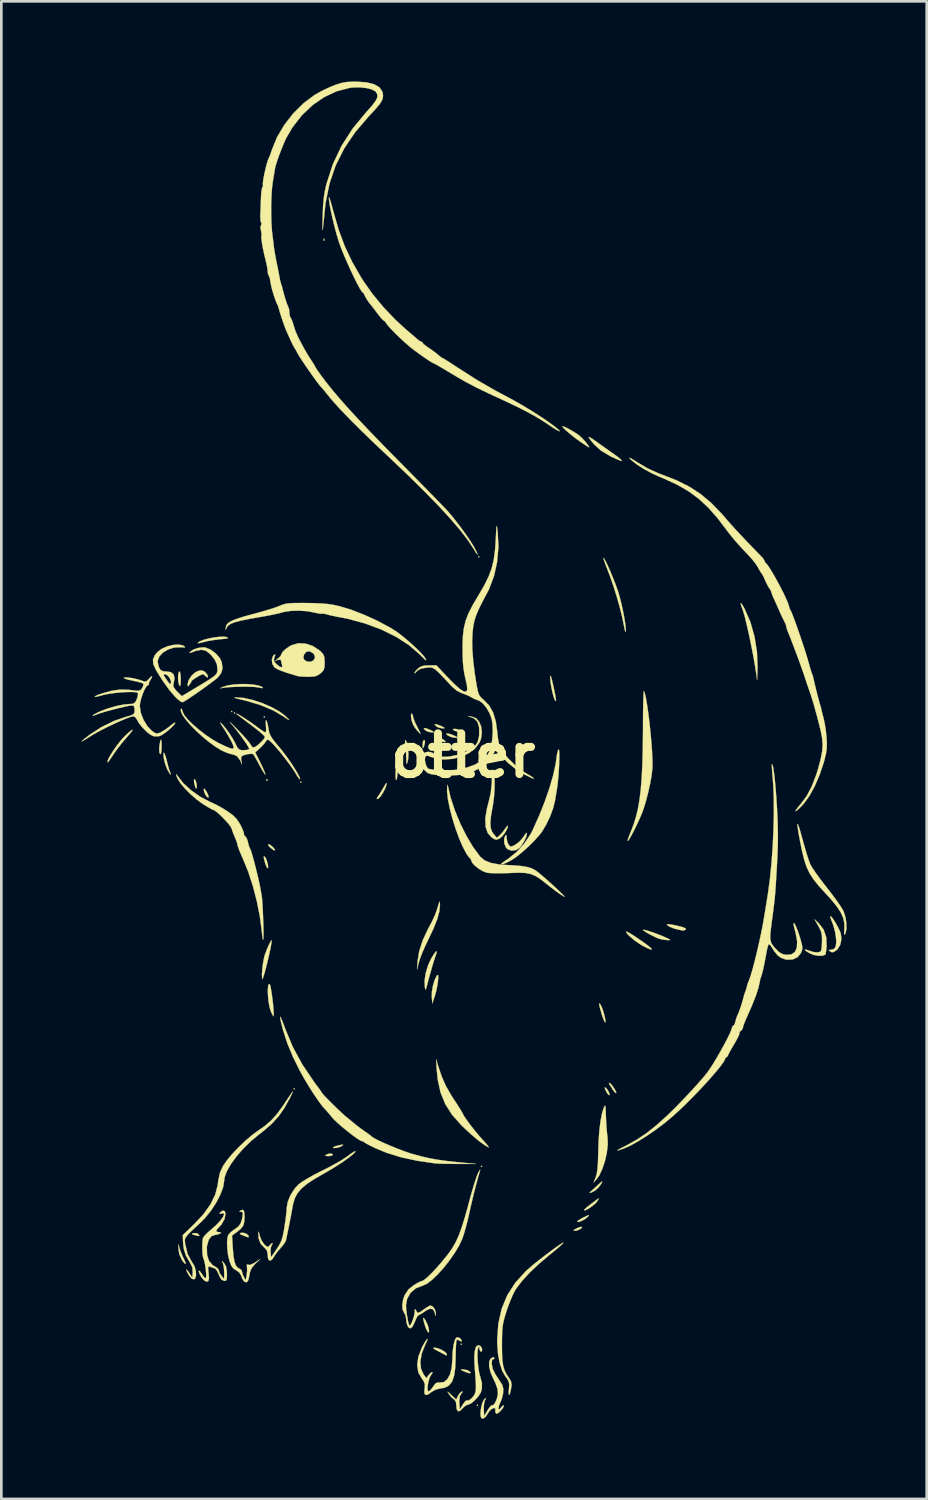
<source format=kicad_pcb>
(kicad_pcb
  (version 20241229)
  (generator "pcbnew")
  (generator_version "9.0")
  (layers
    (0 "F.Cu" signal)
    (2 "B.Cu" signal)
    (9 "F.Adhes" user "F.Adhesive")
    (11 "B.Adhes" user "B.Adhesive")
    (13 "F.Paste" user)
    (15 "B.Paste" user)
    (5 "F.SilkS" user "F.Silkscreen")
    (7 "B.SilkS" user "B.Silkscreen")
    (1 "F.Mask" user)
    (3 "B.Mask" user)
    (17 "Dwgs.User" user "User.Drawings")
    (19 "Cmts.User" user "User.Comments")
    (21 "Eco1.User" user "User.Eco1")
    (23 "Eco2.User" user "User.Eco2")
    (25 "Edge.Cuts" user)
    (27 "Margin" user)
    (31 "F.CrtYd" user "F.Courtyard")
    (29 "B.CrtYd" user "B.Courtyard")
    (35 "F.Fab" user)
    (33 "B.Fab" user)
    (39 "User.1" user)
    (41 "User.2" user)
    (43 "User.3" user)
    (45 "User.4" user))
  (footprint "otter"
    (layer "F.Cu")
    (at 14.28 25.222)
    (property "Reference" "otter" (at 0 0 0) (layer "F.SilkS") (effects (font (size 1.524 1.524) (thickness 0.3))))
    (attr through_hole)
    (fp_poly (pts (xy -8.636 -1.651) (xy -8.661 -1.626) (xy -8.687 -1.651) (xy -8.661 -1.676) (xy -8.636 -1.651)) (stroke (width 0.01) (type solid)) (fill yes) (layer "F.SilkS"))
    (fp_poly (pts (xy -8.534 -1.6) (xy -8.56 -1.575) (xy -8.585 -1.6) (xy -8.56 -1.626) (xy -8.534 -1.6)) (stroke (width 0.01) (type solid)) (fill yes) (layer "F.SilkS"))
    (fp_poly (pts (xy -7.417 -1.448) (xy -7.442 -1.422) (xy -7.468 -1.448) (xy -7.442 -1.473) (xy -7.417 -1.448)) (stroke (width 0.01) (type solid)) (fill yes) (layer "F.SilkS"))
    (fp_poly (pts (xy -6.299 12.471) (xy -6.325 12.497) (xy -6.35 12.471) (xy -6.325 12.446) (xy -6.299 12.471)) (stroke (width 0.01) (type solid)) (fill yes) (layer "F.SilkS"))
    (fp_poly (pts (xy -6.045 0.991) (xy -6.071 1.016) (xy -6.096 0.991) (xy -6.071 0.965) (xy -6.045 0.991)) (stroke (width 0.01) (type solid)) (fill yes) (layer "F.SilkS"))
    (fp_poly (pts (xy -0.051 22.022) (xy -0.076 22.047) (xy -0.102 22.022) (xy -0.076 21.996) (xy -0.051 22.022)) (stroke (width 0.01) (type solid)) (fill yes) (layer "F.SilkS"))
    (fp_poly (pts (xy 0.559 24.308) (xy 0.533 24.333) (xy 0.508 24.308) (xy 0.533 24.282) (xy 0.559 24.308)) (stroke (width 0.01) (type solid)) (fill yes) (layer "F.SilkS"))
    (fp_poly (pts (xy 0.61 -7.442) (xy 0.584 -7.417) (xy 0.559 -7.442) (xy 0.584 -7.468) (xy 0.61 -7.442)) (stroke (width 0.01) (type solid)) (fill yes) (layer "F.SilkS"))
    (fp_poly (pts (xy 0.711 15.367) (xy 0.686 15.392) (xy 0.66 15.367) (xy 0.686 15.342) (xy 0.711 15.367)) (stroke (width 0.01) (type solid)) (fill yes) (layer "F.SilkS"))
    (fp_poly (pts (xy -7.332 0.881) (xy -7.326 0.941) (xy -7.332 0.948) (xy -7.362 0.941) (xy -7.366 0.914) (xy -7.347 0.873) (xy -7.332 0.881)) (stroke (width 0.01) (type solid)) (fill yes) (layer "F.SilkS"))
    (fp_poly (pts (xy -5.199 -19.338) (xy -5.192 -19.278) (xy -5.199 -19.27) (xy -5.229 -19.277) (xy -5.232 -19.304) (xy -5.214 -19.346) (xy -5.199 -19.338)) (stroke (width 0.01) (type solid)) (fill yes) (layer "F.SilkS"))
    (fp_poly (pts (xy -9.966 17.867) (xy -9.911 17.905) (xy -9.868 17.96) (xy -9.896 17.975) (xy -10.005 17.952) (xy -10.058 17.938) (xy -10.143 17.909) (xy -10.135 17.885) (xy -10.087 17.865) (xy -9.966 17.867)) (stroke (width 0.01) (type solid)) (fill yes) (layer "F.SilkS"))
    (fp_poly (pts (xy -7.242 3.326) (xy -7.151 3.393) (xy -7.124 3.419) (xy -7.044 3.514) (xy -7.041 3.551) (xy -7.103 3.528) (xy -7.208 3.451) (xy -7.283 3.372) (xy -7.297 3.318) (xy -7.295 3.316) (xy -7.242 3.326)) (stroke (width 0.01) (type solid)) (fill yes) (layer "F.SilkS"))
    (fp_poly (pts (xy -4.878 14.927) (xy -4.877 14.935) (xy -4.921 14.97) (xy -5.029 14.985) (xy -5.042 14.985) (xy -5.144 14.978) (xy -5.155 14.954) (xy -5.131 14.935) (xy -5.026 14.893) (xy -4.928 14.89) (xy -4.878 14.927)) (stroke (width 0.01) (type solid)) (fill yes) (layer "F.SilkS"))
    (fp_poly (pts (xy -1.435 -0.574) (xy -1.429 -0.497) (xy -1.454 -0.382) (xy -1.473 -0.33) (xy -1.503 -0.276) (xy -1.517 -0.307) (xy -1.52 -0.391) (xy -1.508 -0.513) (xy -1.475 -0.583) (xy -1.473 -0.584) (xy -1.435 -0.574)) (stroke (width 0.01) (type solid)) (fill yes) (layer "F.SilkS"))
    (fp_poly (pts (xy -1.382 -1.02) (xy -1.244 -0.966) (xy -1.127 -0.908) (xy -1.095 -0.88) (xy -1.141 -0.869) (xy -1.171 -0.868) (xy -1.313 -0.893) (xy -1.4 -0.936) (xy -1.473 -1.004) (xy -1.463 -1.033) (xy -1.382 -1.02)) (stroke (width 0.01) (type solid)) (fill yes) (layer "F.SilkS"))
    (fp_poly (pts (xy -0.972 -1.165) (xy -0.838 -1.112) (xy -0.721 -1.055) (xy -0.691 -1.027) (xy -0.739 -1.018) (xy -0.765 -1.017) (xy -0.907 -1.045) (xy -0.994 -1.088) (xy -1.066 -1.155) (xy -1.056 -1.181) (xy -0.972 -1.165)) (stroke (width 0.01) (type solid)) (fill yes) (layer "F.SilkS"))
    (fp_poly (pts (xy 0.145 22.991) (xy 0.232 23.036) (xy 0.284 23.091) (xy 0.256 23.109) (xy 0.164 23.09) (xy 0.025 23.036) (xy -0.074 22.988) (xy -0.085 22.969) (xy -0.013 22.964) (xy 0.003 22.964) (xy 0.145 22.991)) (stroke (width 0.01) (type solid)) (fill yes) (layer "F.SilkS"))
    (fp_poly (pts (xy 4.45 17.645) (xy 4.409 17.696) (xy 4.397 17.705) (xy 4.276 17.764) (xy 4.194 17.778) (xy 4.129 17.772) (xy 4.146 17.746) (xy 4.216 17.704) (xy 4.334 17.649) (xy 4.418 17.629) (xy 4.45 17.645)) (stroke (width 0.01) (type solid)) (fill yes) (layer "F.SilkS"))
    (fp_poly (pts (xy -10.002 0.956) (xy -9.975 1.057) (xy -9.967 1.162) (xy -9.971 1.191) (xy -9.988 1.239) (xy -10.015 1.2) (xy -10.041 1.118) (xy -10.07 0.988) (xy -10.071 0.9) (xy -10.068 0.893) (xy -10.036 0.89) (xy -10.002 0.956)) (stroke (width 0.01) (type solid)) (fill yes) (layer "F.SilkS"))
    (fp_poly (pts (xy -9.663 1.257) (xy -9.635 1.297) (xy -9.563 1.422) (xy -9.526 1.524) (xy -9.533 1.574) (xy -9.54 1.575) (xy -9.592 1.537) (xy -9.64 1.474) (xy -9.691 1.355) (xy -9.703 1.285) (xy -9.696 1.23) (xy -9.663 1.257)) (stroke (width 0.01) (type solid)) (fill yes) (layer "F.SilkS"))
    (fp_poly (pts (xy 5.341 12.428) (xy 5.4 12.501) (xy 5.453 12.597) (xy 5.48 12.68) (xy 5.478 12.7) (xy 5.444 12.698) (xy 5.384 12.625) (xy 5.367 12.597) (xy 5.312 12.487) (xy 5.297 12.418) (xy 5.3 12.413) (xy 5.341 12.428)) (stroke (width 0.01) (type solid)) (fill yes) (layer "F.SilkS"))
    (fp_poly (pts (xy -10.589 -3.104) (xy -10.571 -2.985) (xy -10.566 -2.87) (xy -10.57 -2.69) (xy -10.584 -2.605) (xy -10.609 -2.61) (xy -10.637 -2.671) (xy -10.661 -2.782) (xy -10.668 -2.921) (xy -10.659 -3.051) (xy -10.635 -3.135) (xy -10.617 -3.15) (xy -10.589 -3.104)) (stroke (width 0.01) (type solid)) (fill yes) (layer "F.SilkS"))
    (fp_poly (pts (xy -8.111 17.891) (xy -8.036 17.954) (xy -8.026 17.985) (xy -8.036 18.028) (xy -8.039 18.028) (xy -8.09 18.008) (xy -8.2 17.967) (xy -8.23 17.956) (xy -8.337 17.91) (xy -8.355 17.876) (xy -8.322 17.857) (xy -8.222 17.853) (xy -8.111 17.891)) (stroke (width 0.01) (type solid)) (fill yes) (layer "F.SilkS"))
    (fp_poly (pts (xy -7.413 3.794) (xy -7.369 3.869) (xy -7.33 3.985) (xy -7.303 4.105) (xy -7.298 4.193) (xy -7.313 4.216) (xy -7.349 4.173) (xy -7.395 4.064) (xy -7.409 4.02) (xy -7.454 3.855) (xy -7.464 3.776) (xy -7.438 3.772) (xy -7.413 3.794)) (stroke (width 0.01) (type solid)) (fill yes) (layer "F.SilkS"))
    (fp_poly (pts (xy -4.488 14.559) (xy -4.529 14.597) (xy -4.544 14.608) (xy -4.625 14.647) (xy -4.728 14.674) (xy -4.821 14.684) (xy -4.871 14.673) (xy -4.864 14.651) (xy -4.799 14.622) (xy -4.676 14.587) (xy -4.64 14.578) (xy -4.521 14.555) (xy -4.488 14.559)) (stroke (width 0.01) (type solid)) (fill yes) (layer "F.SilkS"))
    (fp_poly (pts (xy -0.995 -0.738) (xy -0.895 -0.691) (xy -0.783 -0.627) (xy -0.693 -0.565) (xy -0.66 -0.529) (xy -0.697 -0.504) (xy -0.787 -0.528) (xy -0.9 -0.589) (xy -0.936 -0.615) (xy -1.02 -0.693) (xy -1.049 -0.744) (xy -1.047 -0.748) (xy -0.995 -0.738)) (stroke (width 0.01) (type solid)) (fill yes) (layer "F.SilkS"))
    (fp_poly (pts (xy -0.534 -0.819) (xy -0.419 -0.785) (xy -0.3 -0.733) (xy -0.27 -0.717) (xy -0.208 -0.676) (xy -0.237 -0.665) (xy -0.279 -0.665) (xy -0.411 -0.686) (xy -0.49 -0.711) (xy -0.59 -0.767) (xy -0.631 -0.806) (xy -0.614 -0.829) (xy -0.534 -0.819)) (stroke (width 0.01) (type solid)) (fill yes) (layer "F.SilkS"))
    (fp_poly (pts (xy -0.249 -0.995) (xy -0.113 -0.954) (xy -0.095 -0.947) (xy 0.01 -0.898) (xy 0.026 -0.877) (xy -0.038 -0.871) (xy -0.051 -0.871) (xy -0.199 -0.891) (xy -0.305 -0.925) (xy -0.383 -0.968) (xy -0.371 -0.994) (xy -0.349 -1.001) (xy -0.249 -0.995)) (stroke (width 0.01) (type solid)) (fill yes) (layer "F.SilkS"))
    (fp_poly (pts (xy 4.698 17.214) (xy 4.656 17.263) (xy 4.568 17.335) (xy 4.455 17.399) (xy 4.348 17.441) (xy 4.279 17.448) (xy 4.267 17.432) (xy 4.309 17.39) (xy 4.416 17.324) (xy 4.508 17.277) (xy 4.645 17.212) (xy 4.704 17.192) (xy 4.698 17.214)) (stroke (width 0.01) (type solid)) (fill yes) (layer "F.SilkS"))
    (fp_poly (pts (xy -11.292 -0.564) (xy -11.284 -0.432) (xy -11.283 -0.368) (xy -11.287 -0.198) (xy -11.305 -0.084) (xy -11.328 -0.051) (xy -11.36 -0.096) (xy -11.374 -0.207) (xy -11.374 -0.241) (xy -11.36 -0.407) (xy -11.331 -0.551) (xy -11.328 -0.559) (xy -11.306 -0.604) (xy -11.292 -0.564)) (stroke (width 0.01) (type solid)) (fill yes) (layer "F.SilkS"))
    (fp_poly (pts (xy -1.46 21.058) (xy -1.403 21.143) (xy -1.344 21.263) (xy -1.299 21.388) (xy -1.29 21.428) (xy -1.276 21.55) (xy -1.294 21.587) (xy -1.336 21.546) (xy -1.391 21.434) (xy -1.431 21.323) (xy -1.474 21.173) (xy -1.498 21.069) (xy -1.498 21.039) (xy -1.46 21.058)) (stroke (width 0.01) (type solid)) (fill yes) (layer "F.SilkS"))
    (fp_poly (pts (xy 5.522 12.281) (xy 5.597 12.371) (xy 5.67 12.482) (xy 5.72 12.579) (xy 5.726 12.629) (xy 5.684 12.611) (xy 5.617 12.529) (xy 5.608 12.514) (xy 5.531 12.394) (xy 5.471 12.307) (xy 5.471 12.306) (xy 5.452 12.252) (xy 5.467 12.243) (xy 5.522 12.281)) (stroke (width 0.01) (type solid)) (fill yes) (layer "F.SilkS"))
    (fp_poly (pts (xy -10.638 18.33) (xy -10.624 18.39) (xy -10.575 18.547) (xy -10.499 18.729) (xy -10.47 18.788) (xy -10.398 18.942) (xy -10.379 19.017) (xy -10.41 19.011) (xy -10.491 18.92) (xy -10.515 18.888) (xy -10.619 18.664) (xy -10.649 18.469) (xy -10.656 18.33) (xy -10.653 18.286) (xy -10.638 18.33)) (stroke (width 0.01) (type solid)) (fill yes) (layer "F.SilkS"))
    (fp_poly (pts (xy -2.862 1.05) (xy -2.869 1.092) (xy -2.916 1.227) (xy -2.993 1.377) (xy -3.081 1.512) (xy -3.163 1.603) (xy -3.207 1.626) (xy -3.236 1.604) (xy -3.206 1.556) (xy -3.15 1.475) (xy -3.066 1.339) (xy -2.992 1.213) (xy -2.911 1.075) (xy -2.869 1.023) (xy -2.862 1.05)) (stroke (width 0.01) (type solid)) (fill yes) (layer "F.SilkS"))
    (fp_poly (pts (xy -2.456 0.201) (xy -2.45 0.321) (xy -2.448 0.432) (xy -2.453 0.626) (xy -2.468 0.791) (xy -2.489 0.889) (xy -2.514 0.915) (xy -2.527 0.849) (xy -2.53 0.687) (xy -2.53 0.686) (xy -2.522 0.491) (xy -2.505 0.314) (xy -2.489 0.229) (xy -2.469 0.173) (xy -2.456 0.201)) (stroke (width 0.01) (type solid)) (fill yes) (layer "F.SilkS"))
    (fp_poly (pts (xy -0.949 22.173) (xy -0.812 22.231) (xy -0.69 22.306) (xy -0.617 22.378) (xy -0.61 22.402) (xy -0.619 22.446) (xy -0.622 22.446) (xy -0.671 22.421) (xy -0.783 22.363) (xy -0.914 22.295) (xy -1.059 22.217) (xy -1.119 22.172) (xy -1.102 22.153) (xy -1.067 22.151) (xy -0.949 22.173)) (stroke (width 0.01) (type solid)) (fill yes) (layer "F.SilkS"))
    (fp_poly (pts (xy -0.938 8.217) (xy -0.932 8.303) (xy -0.944 8.444) (xy -0.97 8.617) (xy -1.008 8.802) (xy -1.054 8.975) (xy -1.068 9.017) (xy -1.155 9.271) (xy -1.175 9.021) (xy -1.17 8.829) (xy -1.132 8.613) (xy -1.072 8.409) (xy -0.999 8.253) (xy -0.964 8.208) (xy -0.938 8.217)) (stroke (width 0.01) (type solid)) (fill yes) (layer "F.SilkS"))
    (fp_poly (pts (xy 5.059 16.605) (xy 5.036 16.649) (xy 4.956 16.748) (xy 4.828 16.858) (xy 4.687 16.954) (xy 4.568 17.012) (xy 4.531 17.018) (xy 4.531 16.991) (xy 4.599 16.921) (xy 4.708 16.833) (xy 4.852 16.724) (xy 4.971 16.634) (xy 5.025 16.592) (xy 5.07 16.564) (xy 5.059 16.605)) (stroke (width 0.01) (type solid)) (fill yes) (layer "F.SilkS"))
    (fp_poly (pts (xy 5.206 15.939) (xy 5.173 16.004) (xy 5.151 16.045) (xy 5.049 16.175) (xy 4.915 16.287) (xy 4.786 16.351) (xy 4.744 16.358) (xy 4.728 16.346) (xy 4.73 16.345) (xy 4.775 16.306) (xy 4.874 16.218) (xy 4.999 16.104) (xy 5.129 15.985) (xy 5.195 15.931) (xy 5.206 15.939)) (stroke (width 0.01) (type solid)) (fill yes) (layer "F.SilkS"))
    (fp_poly (pts (xy 5.133 9.309) (xy 5.155 9.347) (xy 5.208 9.467) (xy 5.259 9.623) (xy 5.3 9.783) (xy 5.323 9.916) (xy 5.32 9.987) (xy 5.318 9.99) (xy 5.291 9.959) (xy 5.245 9.853) (xy 5.19 9.694) (xy 5.185 9.677) (xy 5.119 9.45) (xy 5.088 9.312) (xy 5.093 9.264) (xy 5.133 9.309)) (stroke (width 0.01) (type solid)) (fill yes) (layer "F.SilkS"))
    (fp_poly (pts (xy -2.14 -0.559) (xy -2.091 -0.435) (xy -2.059 -0.251) (xy -2.048 -0.046) (xy -2.06 0.139) (xy -2.074 0.204) (xy -2.102 0.295) (xy -2.117 0.313) (xy -2.125 0.25) (xy -2.129 0.096) (xy -2.13 0.076) (xy -2.138 -0.132) (xy -2.153 -0.334) (xy -2.164 -0.432) (xy -2.176 -0.553) (xy -2.163 -0.584) (xy -2.14 -0.559)) (stroke (width 0.01) (type solid)) (fill yes) (layer "F.SilkS"))
    (fp_poly (pts (xy 3.28 -2.976) (xy 3.309 -2.88) (xy 3.354 -2.693) (xy 3.377 -2.591) (xy 3.433 -2.327) (xy 3.465 -2.152) (xy 3.475 -2.059) (xy 3.463 -2.038) (xy 3.435 -2.073) (xy 3.391 -2.182) (xy 3.343 -2.356) (xy 3.3 -2.559) (xy 3.268 -2.755) (xy 3.256 -2.908) (xy 3.256 -2.919) (xy 3.262 -2.987) (xy 3.28 -2.976)) (stroke (width 0.01) (type solid)) (fill yes) (layer "F.SilkS"))
    (fp_poly (pts (xy -11.171 -0.073) (xy -11.128 0.046) (xy -11.079 0.235) (xy -11.074 0.254) (xy -11.03 0.426) (xy -10.987 0.567) (xy -10.964 0.622) (xy -10.938 0.694) (xy -10.945 0.711) (xy -10.981 0.67) (xy -11.043 0.567) (xy -11.074 0.508) (xy -11.146 0.324) (xy -11.198 0.116) (xy -11.206 0.064) (xy -11.214 -0.071) (xy -11.201 -0.114) (xy -11.171 -0.073)) (stroke (width 0.01) (type solid)) (fill yes) (layer "F.SilkS"))
    (fp_poly (pts (xy -8.905 -4.446) (xy -8.843 -4.432) (xy -8.797 -4.407) (xy -8.82 -4.387) (xy -8.924 -4.37) (xy -9.097 -4.353) (xy -9.325 -4.326) (xy -9.551 -4.288) (xy -9.715 -4.248) (xy -9.847 -4.215) (xy -9.923 -4.207) (xy -9.931 -4.218) (xy -9.848 -4.279) (xy -9.691 -4.338) (xy -9.491 -4.39) (xy -9.274 -4.429) (xy -9.069 -4.45) (xy -8.905 -4.446)) (stroke (width 0.01) (type solid)) (fill yes) (layer "F.SilkS"))
    (fp_poly (pts (xy 7.783 6.319) (xy 7.949 6.35) (xy 8.138 6.397) (xy 8.193 6.413) (xy 8.313 6.459) (xy 8.334 6.499) (xy 8.32 6.51) (xy 8.247 6.545) (xy 8.23 6.547) (xy 8.167 6.534) (xy 8.048 6.51) (xy 8.026 6.506) (xy 7.87 6.463) (xy 7.731 6.406) (xy 7.639 6.348) (xy 7.62 6.317) (xy 7.665 6.306) (xy 7.783 6.319)) (stroke (width 0.01) (type solid)) (fill yes) (layer "F.SilkS"))
    (fp_poly (pts (xy -1.888 -1.532) (xy -1.88 -1.478) (xy -1.857 -1.384) (xy -1.797 -1.236) (xy -1.73 -1.097) (xy -1.655 -0.951) (xy -1.606 -0.848) (xy -1.594 -0.813) (xy -1.634 -0.846) (xy -1.711 -0.926) (xy -1.712 -0.927) (xy -1.806 -1.046) (xy -1.866 -1.143) (xy -1.916 -1.274) (xy -1.947 -1.411) (xy -1.954 -1.522) (xy -1.934 -1.574) (xy -1.929 -1.575) (xy -1.888 -1.532)) (stroke (width 0.01) (type solid)) (fill yes) (layer "F.SilkS"))
    (fp_poly (pts (xy 6.151 6.599) (xy 6.269 6.665) (xy 6.439 6.773) (xy 6.644 6.913) (xy 6.87 7.074) (xy 6.904 7.099) (xy 7.025 7.198) (xy 7.062 7.25) (xy 7.02 7.254) (xy 6.906 7.211) (xy 6.725 7.12) (xy 6.706 7.109) (xy 6.549 7.012) (xy 6.391 6.897) (xy 6.25 6.779) (xy 6.145 6.675) (xy 6.096 6.603) (xy 6.099 6.584) (xy 6.151 6.599)) (stroke (width 0.01) (type solid)) (fill yes) (layer "F.SilkS"))
    (fp_poly (pts (xy 6.782 6.52) (xy 6.909 6.554) (xy 7.08 6.609) (xy 7.272 6.678) (xy 7.459 6.753) (xy 7.569 6.801) (xy 7.699 6.863) (xy 7.743 6.894) (xy 7.709 6.904) (xy 7.645 6.903) (xy 7.481 6.886) (xy 7.358 6.859) (xy 7.244 6.816) (xy 7.1 6.748) (xy 6.951 6.67) (xy 6.823 6.596) (xy 6.741 6.539) (xy 6.725 6.517) (xy 6.782 6.52)) (stroke (width 0.01) (type solid)) (fill yes) (layer "F.SilkS"))
    (fp_poly (pts (xy -8.207 -2.157) (xy -7.871 -2.081) (xy -7.517 -1.964) (xy -7.175 -1.816) (xy -6.875 -1.649) (xy -6.68 -1.505) (xy -6.555 -1.389) (xy -6.509 -1.335) (xy -6.543 -1.344) (xy -6.654 -1.417) (xy -6.706 -1.454) (xy -7.099 -1.688) (xy -7.579 -1.891) (xy -8.135 -2.057) (xy -8.331 -2.103) (xy -8.493 -2.14) (xy -8.559 -2.164) (xy -8.536 -2.177) (xy -8.494 -2.179) (xy -8.207 -2.157)) (stroke (width 0.01) (type solid)) (fill yes) (layer "F.SilkS"))
    (fp_poly (pts (xy -7.222 8.589) (xy -7.193 8.723) (xy -7.172 8.847) (xy -7.138 9.089) (xy -7.111 9.321) (xy -7.094 9.522) (xy -7.086 9.671) (xy -7.092 9.748) (xy -7.097 9.754) (xy -7.127 9.712) (xy -7.179 9.607) (xy -7.198 9.563) (xy -7.245 9.407) (xy -7.281 9.204) (xy -7.303 8.985) (xy -7.31 8.781) (xy -7.298 8.624) (xy -7.279 8.562) (xy -7.25 8.539) (xy -7.222 8.589)) (stroke (width 0.01) (type solid)) (fill yes) (layer "F.SilkS"))
    (fp_poly (pts (xy -0.989 7.355) (xy -1.02 7.453) (xy -1.07 7.599) (xy -1.136 7.812) (xy -1.208 8.061) (xy -1.279 8.314) (xy -1.338 8.539) (xy -1.343 8.56) (xy -1.38 8.702) (xy -1.403 8.756) (xy -1.42 8.729) (xy -1.434 8.665) (xy -1.445 8.422) (xy -1.401 8.134) (xy -1.312 7.839) (xy -1.211 7.621) (xy -1.114 7.455) (xy -1.039 7.351) (xy -0.995 7.316) (xy -0.989 7.355)) (stroke (width 0.01) (type solid)) (fill yes) (layer "F.SilkS"))
    (fp_poly (pts (xy 4.742 -11.908) (xy 4.846 -11.845) (xy 4.945 -11.776) (xy 5.1 -11.664) (xy 5.3 -11.522) (xy 5.505 -11.377) (xy 5.538 -11.354) (xy 5.76 -11.195) (xy 5.895 -11.088) (xy 5.943 -11.033) (xy 5.905 -11.029) (xy 5.779 -11.077) (xy 5.565 -11.174) (xy 5.504 -11.204) (xy 5.153 -11.414) (xy 4.905 -11.641) (xy 4.792 -11.773) (xy 4.716 -11.874) (xy 4.692 -11.922) (xy 4.693 -11.923) (xy 4.742 -11.908)) (stroke (width 0.01) (type solid)) (fill yes) (layer "F.SilkS"))
    (fp_poly (pts (xy -12.375 -0.944) (xy -12.441 -0.853) (xy -12.568 -0.706) (xy -12.739 -0.509) (xy -12.912 -0.29) (xy -13.052 -0.096) (xy -13.064 -0.079) (xy -13.181 0.098) (xy -13.254 0.203) (xy -13.292 0.248) (xy -13.307 0.245) (xy -13.31 0.221) (xy -13.28 0.132) (xy -13.201 -0.013) (xy -13.088 -0.19) (xy -12.956 -0.378) (xy -12.821 -0.552) (xy -12.71 -0.677) (xy -12.548 -0.836) (xy -12.435 -0.934) (xy -12.375 -0.971) (xy -12.375 -0.944)) (stroke (width 0.01) (type solid)) (fill yes) (layer "F.SilkS"))
    (fp_poly (pts (xy -7.165 6.909) (xy -7.172 6.998) (xy -7.197 7.149) (xy -7.237 7.343) (xy -7.286 7.562) (xy -7.34 7.786) (xy -7.394 7.996) (xy -7.444 8.175) (xy -7.485 8.304) (xy -7.513 8.362) (xy -7.521 8.357) (xy -7.53 8.202) (xy -7.517 7.989) (xy -7.488 7.757) (xy -7.446 7.544) (xy -7.417 7.442) (xy -7.359 7.287) (xy -7.294 7.133) (xy -7.232 7.003) (xy -7.186 6.92) (xy -7.165 6.907) (xy -7.165 6.909)) (stroke (width 0.01) (type solid)) (fill yes) (layer "F.SilkS"))
    (fp_poly (pts (xy 10.402 -5.702) (xy 10.465 -5.61) (xy 10.527 -5.499) (xy 10.743 -5.008) (xy 10.9 -4.458) (xy 10.993 -3.877) (xy 11.015 -3.293) (xy 11.014 -3.251) (xy 10.998 -2.819) (xy 10.956 -3.124) (xy 10.917 -3.377) (xy 10.864 -3.679) (xy 10.8 -4.01) (xy 10.731 -4.349) (xy 10.66 -4.678) (xy 10.591 -4.974) (xy 10.53 -5.219) (xy 10.48 -5.392) (xy 10.464 -5.437) (xy 10.4 -5.613) (xy 10.38 -5.702) (xy 10.402 -5.702)) (stroke (width 0.01) (type solid)) (fill yes) (layer "F.SilkS"))
    (fp_poly (pts (xy -8.091 -2.676) (xy -7.853 -2.658) (xy -7.657 -2.623) (xy -7.527 -2.572) (xy -7.492 -2.539) (xy -7.518 -2.524) (xy -7.614 -2.539) (xy -7.658 -2.55) (xy -7.786 -2.568) (xy -7.986 -2.578) (xy -8.23 -2.58) (xy -8.488 -2.575) (xy -8.733 -2.563) (xy -8.934 -2.545) (xy -9.064 -2.522) (xy -9.068 -2.521) (xy -9.093 -2.518) (xy -9.036 -2.549) (xy -8.992 -2.57) (xy -8.82 -2.624) (xy -8.598 -2.66) (xy -8.347 -2.677) (xy -8.091 -2.676)) (stroke (width 0.01) (type solid)) (fill yes) (layer "F.SilkS"))
    (fp_poly (pts (xy 3.747 -12.319) (xy 3.847 -12.276) (xy 3.983 -12.205) (xy 4.132 -12.118) (xy 4.27 -12.03) (xy 4.361 -11.962) (xy 4.454 -11.874) (xy 4.556 -11.763) (xy 4.646 -11.653) (xy 4.706 -11.568) (xy 4.717 -11.532) (xy 4.715 -11.532) (xy 4.668 -11.558) (xy 4.56 -11.626) (xy 4.415 -11.722) (xy 4.414 -11.722) (xy 4.251 -11.838) (xy 4.08 -11.97) (xy 3.922 -12.101) (xy 3.795 -12.215) (xy 3.721 -12.296) (xy 3.708 -12.32) (xy 3.747 -12.319)) (stroke (width 0.01) (type solid)) (fill yes) (layer "F.SilkS"))
    (fp_poly (pts (xy -0.877 5.471) (xy -0.869 5.559) (xy -0.868 5.591) (xy -0.891 5.827) (xy -0.97 6.117) (xy -1.11 6.471) (xy -1.302 6.876) (xy -1.42 7.123) (xy -1.528 7.369) (xy -1.611 7.583) (xy -1.653 7.714) (xy -1.727 8.001) (xy -1.707 7.696) (xy -1.645 7.316) (xy -1.511 6.903) (xy -1.316 6.487) (xy -1.268 6.401) (xy -1.157 6.189) (xy -1.055 5.964) (xy -0.991 5.791) (xy -0.941 5.63) (xy -0.903 5.507) (xy -0.888 5.461) (xy -0.877 5.471)) (stroke (width 0.01) (type solid)) (fill yes) (layer "F.SilkS"))
    (fp_poly (pts (xy -9.686 -3.152) (xy -9.652 -3.124) (xy -9.575 -3.03) (xy -9.55 -2.96) (xy -9.563 -2.918) (xy -9.614 -2.953) (xy -9.63 -2.968) (xy -9.705 -3.032) (xy -9.738 -3.048) (xy -9.803 -3.024) (xy -9.911 -2.967) (xy -10.029 -2.895) (xy -10.124 -2.831) (xy -10.16 -2.794) (xy -10.187 -2.734) (xy -10.235 -2.664) (xy -10.29 -2.596) (xy -10.308 -2.613) (xy -10.311 -2.672) (xy -10.271 -2.825) (xy -10.168 -2.984) (xy -10.028 -3.113) (xy -9.917 -3.168) (xy -9.783 -3.19) (xy -9.686 -3.152)) (stroke (width 0.01) (type solid)) (fill yes) (layer "F.SilkS"))
    (fp_poly (pts (xy 2.387 2.911) (xy 2.357 3.044) (xy 2.278 3.213) (xy 2.171 3.379) (xy 2.119 3.442) (xy 1.979 3.534) (xy 1.818 3.557) (xy 1.671 3.508) (xy 1.603 3.443) (xy 1.536 3.28) (xy 1.534 3.104) (xy 1.575 2.997) (xy 1.609 2.966) (xy 1.623 3.021) (xy 1.625 3.076) (xy 1.649 3.223) (xy 1.698 3.33) (xy 1.749 3.39) (xy 1.801 3.402) (xy 1.89 3.365) (xy 1.955 3.331) (xy 2.098 3.223) (xy 2.231 3.074) (xy 2.263 3.026) (xy 2.339 2.915) (xy 2.381 2.888) (xy 2.387 2.911)) (stroke (width 0.01) (type solid)) (fill yes) (layer "F.SilkS"))
    (fp_poly (pts (xy 13.777 6.029) (xy 13.846 6.119) (xy 13.93 6.252) (xy 14.016 6.405) (xy 14.088 6.552) (xy 14.13 6.661) (xy 14.153 6.872) (xy 14.108 7.079) (xy 14.006 7.245) (xy 13.955 7.29) (xy 13.857 7.351) (xy 13.792 7.356) (xy 13.716 7.315) (xy 13.675 7.278) (xy 13.725 7.266) (xy 13.748 7.265) (xy 13.868 7.238) (xy 13.937 7.149) (xy 13.96 6.987) (xy 13.947 6.794) (xy 13.911 6.579) (xy 13.854 6.365) (xy 13.813 6.253) (xy 13.76 6.118) (xy 13.736 6.027) (xy 13.738 6.006) (xy 13.777 6.029)) (stroke (width 0.01) (type solid)) (fill yes) (layer "F.SilkS"))
    (fp_poly (pts (xy 5.326 13.15) (xy 5.334 13.29) (xy 5.337 13.386) (xy 5.35 13.703) (xy 5.366 13.957) (xy 5.388 14.185) (xy 5.404 14.307) (xy 5.41 14.565) (xy 5.374 14.865) (xy 5.303 15.177) (xy 5.205 15.47) (xy 5.089 15.713) (xy 4.999 15.839) (xy 4.877 15.977) (xy 4.96 15.773) (xy 4.998 15.642) (xy 5.025 15.459) (xy 5.043 15.207) (xy 5.052 14.871) (xy 5.052 14.859) (xy 5.067 14.415) (xy 5.097 14.008) (xy 5.142 13.654) (xy 5.198 13.37) (xy 5.258 13.185) (xy 5.293 13.11) (xy 5.315 13.094) (xy 5.326 13.15)) (stroke (width 0.01) (type solid)) (fill yes) (layer "F.SilkS"))
    (fp_poly (pts (xy 5.279 -7.368) (xy 5.337 -7.261) (xy 5.416 -7.095) (xy 5.507 -6.889) (xy 5.601 -6.661) (xy 5.693 -6.429) (xy 5.772 -6.212) (xy 5.791 -6.157) (xy 5.856 -5.936) (xy 5.922 -5.678) (xy 5.982 -5.404) (xy 6.032 -5.138) (xy 6.069 -4.903) (xy 6.087 -4.723) (xy 6.084 -4.629) (xy 6.068 -4.634) (xy 6.043 -4.721) (xy 6.012 -4.873) (xy 6.006 -4.908) (xy 5.944 -5.207) (xy 5.853 -5.569) (xy 5.741 -5.963) (xy 5.617 -6.359) (xy 5.49 -6.724) (xy 5.411 -6.928) (xy 5.335 -7.124) (xy 5.279 -7.281) (xy 5.25 -7.378) (xy 5.249 -7.399) (xy 5.279 -7.368)) (stroke (width 0.01) (type solid)) (fill yes) (layer "F.SilkS"))
    (fp_poly (pts (xy 13.302 6.27) (xy 13.486 6.51) (xy 13.587 6.801) (xy 13.6 7.13) (xy 13.599 7.143) (xy 13.58 7.302) (xy 13.561 7.413) (xy 13.55 7.447) (xy 13.449 7.488) (xy 13.292 7.491) (xy 13.117 7.458) (xy 13.024 7.423) (xy 12.887 7.351) (xy 12.803 7.292) (xy 12.78 7.257) (xy 12.826 7.257) (xy 12.925 7.292) (xy 13.109 7.349) (xy 13.267 7.363) (xy 13.37 7.333) (xy 13.386 7.315) (xy 13.404 7.24) (xy 13.419 7.097) (xy 13.426 6.946) (xy 13.423 6.741) (xy 13.39 6.583) (xy 13.315 6.421) (xy 13.289 6.375) (xy 13.143 6.121) (xy 13.302 6.27)) (stroke (width 0.01) (type solid)) (fill yes) (layer "F.SilkS"))
    (fp_poly (pts (xy -0.937 11.608) (xy -0.801 12.012) (xy -0.645 12.362) (xy -0.448 12.707) (xy -0.345 12.866) (xy -0.218 13.06) (xy -0.111 13.229) (xy -0.038 13.353) (xy -0.014 13.399) (xy 0.041 13.499) (xy 0.146 13.653) (xy 0.286 13.841) (xy 0.445 14.042) (xy 0.605 14.234) (xy 0.746 14.392) (xy 0.86 14.518) (xy 0.936 14.613) (xy 0.957 14.656) (xy 0.909 14.638) (xy 0.803 14.571) (xy 0.659 14.47) (xy 0.633 14.451) (xy 0.466 14.317) (xy 0.259 14.137) (xy 0.045 13.939) (xy -0.08 13.818) (xy -0.42 13.432) (xy -0.673 13.033) (xy -0.848 12.601) (xy -0.954 12.116) (xy -0.99 11.752) (xy -1.014 11.354) (xy -0.937 11.608)) (stroke (width 0.01) (type solid)) (fill yes) (layer "F.SilkS"))
    (fp_poly (pts (xy 1.123 0.549) (xy 1.128 0.559) (xy 1.162 0.711) (xy 1.178 0.936) (xy 1.176 1.209) (xy 1.158 1.503) (xy 1.123 1.791) (xy 1.1 1.923) (xy 1.042 2.253) (xy 1.018 2.503) (xy 1.028 2.691) (xy 1.073 2.833) (xy 1.138 2.93) (xy 1.26 3.072) (xy 1.374 2.971) (xy 1.483 2.854) (xy 1.582 2.718) (xy 1.642 2.637) (xy 1.675 2.625) (xy 1.676 2.636) (xy 1.645 2.742) (xy 1.567 2.881) (xy 1.468 3.012) (xy 1.376 3.096) (xy 1.37 3.099) (xy 1.264 3.143) (xy 1.175 3.13) (xy 1.073 3.067) (xy 0.918 2.898) (xy 0.837 2.66) (xy 0.827 2.35) (xy 0.891 1.971) (xy 0.942 1.778) (xy 1.031 1.405) (xy 1.069 1.034) (xy 1.073 0.889) (xy 1.077 0.677) (xy 1.085 0.557) (xy 1.1 0.517) (xy 1.123 0.549)) (stroke (width 0.01) (type solid)) (fill yes) (layer "F.SilkS"))
    (fp_poly (pts (xy 3.589 -0.205) (xy 3.598 -0.089) (xy 3.598 0.089) (xy 3.592 0.311) (xy 3.579 0.558) (xy 3.56 0.809) (xy 3.536 1.048) (xy 3.509 1.253) (xy 3.502 1.295) (xy 3.471 1.477) (xy 3.445 1.63) (xy 3.433 1.702) (xy 3.366 1.97) (xy 3.252 2.276) (xy 3.107 2.581) (xy 2.949 2.845) (xy 2.88 2.938) (xy 2.69 3.153) (xy 2.465 3.38) (xy 2.228 3.596) (xy 2.005 3.777) (xy 1.823 3.901) (xy 1.622 4.007) (xy 1.487 4.061) (xy 1.426 4.058) (xy 1.422 4.047) (xy 1.461 4.013) (xy 1.562 3.941) (xy 1.672 3.869) (xy 1.99 3.615) (xy 2.283 3.294) (xy 2.522 2.937) (xy 2.587 2.813) (xy 2.833 2.267) (xy 3.05 1.726) (xy 3.23 1.207) (xy 3.369 0.728) (xy 3.46 0.306) (xy 3.487 0.113) (xy 3.512 -0.059) (xy 3.544 -0.186) (xy 3.572 -0.238) (xy 3.589 -0.205)) (stroke (width 0.01) (type solid)) (fill yes) (layer "F.SilkS"))
    (fp_poly (pts (xy 6.803 -2.308) (xy 6.846 -2.109) (xy 6.89 -1.844) (xy 6.934 -1.53) (xy 6.976 -1.185) (xy 7.013 -0.825) (xy 7.045 -0.469) (xy 7.068 -0.134) (xy 7.082 0.163) (xy 7.083 0.404) (xy 7.08 0.483) (xy 7.051 0.737) (xy 6.995 1.052) (xy 6.918 1.397) (xy 6.829 1.736) (xy 6.745 2.007) (xy 6.681 2.175) (xy 6.597 2.371) (xy 6.501 2.579) (xy 6.402 2.781) (xy 6.309 2.96) (xy 6.23 3.099) (xy 6.173 3.182) (xy 6.148 3.192) (xy 6.148 3.186) (xy 6.166 3.122) (xy 6.213 2.994) (xy 6.27 2.854) (xy 6.375 2.582) (xy 6.463 2.3) (xy 6.537 1.996) (xy 6.596 1.659) (xy 6.643 1.279) (xy 6.678 0.846) (xy 6.703 0.348) (xy 6.719 -0.225) (xy 6.727 -0.885) (xy 6.728 -1.203) (xy 6.73 -1.547) (xy 6.734 -1.852) (xy 6.74 -2.104) (xy 6.748 -2.291) (xy 6.756 -2.4) (xy 6.764 -2.422) (xy 6.803 -2.308)) (stroke (width 0.01) (type solid)) (fill yes) (layer "F.SilkS"))
    (fp_poly (pts (xy 12.554 2.641) (xy 12.612 2.828) (xy 12.691 3.114) (xy 12.694 3.124) (xy 12.771 3.401) (xy 12.849 3.663) (xy 12.92 3.884) (xy 12.976 4.038) (xy 12.987 4.064) (xy 13.054 4.183) (xy 13.173 4.36) (xy 13.328 4.576) (xy 13.507 4.812) (xy 13.61 4.943) (xy 13.796 5.182) (xy 13.966 5.413) (xy 14.107 5.616) (xy 14.205 5.772) (xy 14.235 5.83) (xy 14.301 6.034) (xy 14.336 6.262) (xy 14.34 6.476) (xy 14.308 6.642) (xy 14.293 6.672) (xy 14.265 6.703) (xy 14.255 6.653) (xy 14.261 6.514) (xy 14.263 6.486) (xy 14.262 6.273) (xy 14.217 6.066) (xy 14.119 5.853) (xy 13.961 5.618) (xy 13.736 5.345) (xy 13.542 5.135) (xy 13.301 4.871) (xy 13.113 4.637) (xy 12.967 4.413) (xy 12.853 4.175) (xy 12.761 3.902) (xy 12.679 3.571) (xy 12.601 3.185) (xy 12.545 2.88) (xy 12.514 2.673) (xy 12.505 2.564) (xy 12.518 2.553) (xy 12.554 2.641)) (stroke (width 0.01) (type solid)) (fill yes) (layer "F.SilkS"))
    (fp_poly (pts (xy 3.717 18.268) (xy 3.614 18.362) (xy 3.461 18.493) (xy 3.273 18.647) (xy 3.245 18.669) (xy 2.842 19.01) (xy 2.49 19.342) (xy 2.202 19.655) (xy 1.989 19.936) (xy 1.932 20.028) (xy 1.848 20.196) (xy 1.752 20.424) (xy 1.658 20.675) (xy 1.617 20.8) (xy 1.551 21.013) (xy 1.505 21.19) (xy 1.477 21.358) (xy 1.461 21.546) (xy 1.453 21.785) (xy 1.451 22.019) (xy 1.454 22.365) (xy 1.468 22.63) (xy 1.498 22.836) (xy 1.548 23.001) (xy 1.622 23.148) (xy 1.705 23.271) (xy 1.789 23.408) (xy 1.812 23.537) (xy 1.8 23.647) (xy 1.765 23.819) (xy 1.733 23.911) (xy 1.71 23.918) (xy 1.703 23.835) (xy 1.711 23.716) (xy 1.723 23.544) (xy 1.707 23.428) (xy 1.652 23.323) (xy 1.584 23.233) (xy 1.46 23.017) (xy 1.364 22.721) (xy 1.3 22.364) (xy 1.273 21.967) (xy 1.272 21.869) (xy 1.315 21.254) (xy 1.44 20.696) (xy 1.651 20.187) (xy 1.952 19.72) (xy 2.345 19.288) (xy 2.604 19.061) (xy 2.835 18.877) (xy 3.066 18.698) (xy 3.283 18.534) (xy 3.475 18.395) (xy 3.626 18.29) (xy 3.724 18.23) (xy 3.756 18.223) (xy 3.717 18.268)) (stroke (width 0.01) (type solid)) (fill yes) (layer "F.SilkS"))
    (fp_poly (pts (xy -0.574 1.118) (xy -0.472 1.565) (xy -0.313 2.046) (xy -0.111 2.535) (xy 0.122 3.003) (xy 0.374 3.426) (xy 0.633 3.775) (xy 0.645 3.789) (xy 0.808 3.922) (xy 1.037 4.015) (xy 1.343 4.071) (xy 1.587 4.09) (xy 1.93 4.108) (xy 2.19 4.132) (xy 2.387 4.165) (xy 2.54 4.21) (xy 2.668 4.271) (xy 2.728 4.309) (xy 2.819 4.378) (xy 2.952 4.489) (xy 3.113 4.629) (xy 3.285 4.783) (xy 3.455 4.938) (xy 3.605 5.08) (xy 3.721 5.193) (xy 3.787 5.265) (xy 3.795 5.283) (xy 3.744 5.257) (xy 3.64 5.192) (xy 3.595 5.162) (xy 3.465 5.068) (xy 3.293 4.937) (xy 3.119 4.799) (xy 2.897 4.626) (xy 2.707 4.505) (xy 2.524 4.429) (xy 2.321 4.39) (xy 2.07 4.381) (xy 1.747 4.392) (xy 1.733 4.393) (xy 1.445 4.403) (xy 1.185 4.403) (xy 0.981 4.393) (xy 0.878 4.379) (xy 0.731 4.322) (xy 0.573 4.226) (xy 0.432 4.113) (xy 0.334 4.003) (xy 0.305 3.93) (xy 0.277 3.86) (xy 0.265 3.852) (xy 0.215 3.802) (xy 0.14 3.696) (xy 0.112 3.651) (xy -0.025 3.392) (xy -0.162 3.07) (xy -0.292 2.708) (xy -0.409 2.332) (xy -0.504 1.965) (xy -0.571 1.631) (xy -0.602 1.356) (xy -0.603 1.279) (xy -0.596 1.148) (xy -0.585 1.092) (xy -0.574 1.118)) (stroke (width 0.01) (type solid)) (fill yes) (layer "F.SilkS"))
    (fp_poly (pts (xy -8.199 17.044) (xy -8.18 17.186) (xy -8.179 17.237) (xy -8.191 17.447) (xy -8.233 17.592) (xy -8.324 17.709) (xy -8.442 17.805) (xy -8.648 17.958) (xy -8.621 18.415) (xy -8.593 18.73) (xy -8.552 18.955) (xy -8.493 19.1) (xy -8.413 19.176) (xy -8.381 19.188) (xy -8.298 19.245) (xy -8.279 19.297) (xy -8.253 19.402) (xy -8.207 19.506) (xy -8.137 19.633) (xy -8.101 19.442) (xy -8.084 19.279) (xy -8.088 19.136) (xy -8.09 19.125) (xy -8.096 19.041) (xy -8.063 19.041) (xy -8.054 19.048) (xy -7.972 19.057) (xy -7.832 18.992) (xy -7.795 18.968) (xy -7.595 18.839) (xy -7.78 19.016) (xy -7.908 19.163) (xy -7.975 19.32) (xy -8 19.452) (xy -8.041 19.629) (xy -8.101 19.707) (xy -8.18 19.687) (xy -8.219 19.647) (xy -8.273 19.549) (xy -8.305 19.456) (xy -8.378 19.339) (xy -8.499 19.253) (xy -8.604 19.184) (xy -8.679 19.079) (xy -8.745 18.904) (xy -8.747 18.898) (xy -8.798 18.678) (xy -8.827 18.438) (xy -8.835 18.21) (xy -8.817 18.024) (xy -8.789 17.934) (xy -8.715 17.847) (xy -8.593 17.751) (xy -8.56 17.729) (xy -8.416 17.624) (xy -8.329 17.508) (xy -8.276 17.343) (xy -8.259 17.259) (xy -8.244 17.134) (xy -8.264 17.079) (xy -8.316 17.068) (xy -8.376 17.059) (xy -8.34 17.024) (xy -8.334 17.021) (xy -8.248 16.992) (xy -8.199 17.044)) (stroke (width 0.01) (type solid)) (fill yes) (layer "F.SilkS"))
    (fp_poly (pts (xy -5.896 -4.192) (xy -5.622 -4.099) (xy -5.369 -3.933) (xy -5.321 -3.889) (xy -5.236 -3.79) (xy -5.194 -3.681) (xy -5.182 -3.519) (xy -5.182 -3.482) (xy -5.189 -3.313) (xy -5.22 -3.206) (xy -5.292 -3.118) (xy -5.338 -3.078) (xy -5.445 -3.002) (xy -5.559 -2.963) (xy -5.719 -2.95) (xy -5.808 -2.95) (xy -5.982 -2.955) (xy -6.115 -2.963) (xy -6.172 -2.97) (xy -6.243 -2.992) (xy -6.382 -3.034) (xy -6.564 -3.089) (xy -6.596 -3.098) (xy -6.791 -3.166) (xy -6.957 -3.238) (xy -7.06 -3.301) (xy -7.066 -3.307) (xy -7.141 -3.436) (xy -7.159 -3.588) (xy -7.119 -3.721) (xy -7.085 -3.761) (xy -7.035 -3.794) (xy -7.034 -3.759) (xy -7.059 -3.688) (xy -7.084 -3.581) (xy -7.047 -3.493) (xy -6.987 -3.426) (xy -6.878 -3.337) (xy -6.798 -3.305) (xy -6.766 -3.334) (xy -6.776 -3.382) (xy -6.804 -3.499) (xy -6.807 -3.538) (xy -6.838 -3.59) (xy -6.921 -3.583) (xy -7.036 -3.553) (xy -6.921 -3.637) (xy -6.888 -3.67) (xy -5.983 -3.67) (xy -5.945 -3.583) (xy -5.833 -3.517) (xy -5.695 -3.515) (xy -5.598 -3.566) (xy -5.541 -3.677) (xy -5.584 -3.795) (xy -5.617 -3.832) (xy -5.743 -3.905) (xy -5.864 -3.887) (xy -5.952 -3.786) (xy -5.983 -3.67) (xy -6.888 -3.67) (xy -6.837 -3.719) (xy -6.807 -3.782) (xy -6.765 -3.869) (xy -6.656 -3.978) (xy -6.502 -4.086) (xy -6.416 -4.134) (xy -6.169 -4.205) (xy -5.896 -4.192)) (stroke (width 0.01) (type solid)) (fill yes) (layer "F.SilkS"))
    (fp_poly (pts (xy 0.629 22.074) (xy 0.694 22.156) (xy 0.71 22.238) (xy 0.69 22.299) (xy 0.646 22.29) (xy 0.611 22.225) (xy 0.606 22.187) (xy 0.6 22.108) (xy 0.58 22.126) (xy 0.558 22.174) (xy 0.537 22.286) (xy 0.534 22.467) (xy 0.545 22.685) (xy 0.569 22.909) (xy 0.602 23.108) (xy 0.642 23.25) (xy 0.643 23.251) (xy 0.703 23.484) (xy 0.697 23.711) (xy 0.654 23.841) (xy 0.562 23.981) (xy 0.438 24.118) (xy 0.311 24.226) (xy 0.206 24.28) (xy 0.188 24.282) (xy 0.09 24.32) (xy -0.009 24.409) (xy -0.119 24.518) (xy -0.199 24.529) (xy -0.245 24.446) (xy -0.254 24.335) (xy -0.273 24.177) (xy -0.336 24.091) (xy -0.348 24.083) (xy -0.443 24.005) (xy -0.533 23.891) (xy -0.58 23.813) (xy -0.577 23.799) (xy -0.517 23.851) (xy -0.441 23.922) (xy -0.259 24.094) (xy -0.199 23.963) (xy -0.128 23.855) (xy -0.059 23.8) (xy -0.014 23.791) (xy -0.039 23.834) (xy -0.069 23.868) (xy -0.129 23.977) (xy -0.146 24.14) (xy -0.143 24.214) (xy -0.127 24.46) (xy -0.005 24.266) (xy 0.076 24.157) (xy 0.135 24.118) (xy 0.15 24.126) (xy 0.204 24.13) (xy 0.301 24.057) (xy 0.333 24.025) (xy 0.395 23.954) (xy 0.438 23.879) (xy 0.465 23.785) (xy 0.476 23.653) (xy 0.472 23.469) (xy 0.456 23.215) (xy 0.431 22.901) (xy 0.414 22.557) (xy 0.429 22.3) (xy 0.474 22.133) (xy 0.541 22.063) (xy 0.629 22.074)) (stroke (width 0.01) (type solid)) (fill yes) (layer "F.SilkS"))
    (fp_poly (pts (xy -5.969 -5.711) (xy -5.596 -5.706) (xy -5.3 -5.694) (xy -5.055 -5.672) (xy -4.838 -5.638) (xy -4.623 -5.589) (xy -4.186 -5.457) (xy -3.709 -5.273) (xy -3.228 -5.054) (xy -2.779 -4.816) (xy -2.54 -4.67) (xy -2.373 -4.55) (xy -2.176 -4.392) (xy -1.967 -4.212) (xy -1.767 -4.028) (xy -1.595 -3.858) (xy -1.469 -3.719) (xy -1.416 -3.645) (xy -1.384 -3.577) (xy -1.396 -3.567) (xy -1.46 -3.621) (xy -1.583 -3.743) (xy -1.628 -3.788) (xy -2.023 -4.131) (xy -2.504 -4.442) (xy -3.056 -4.715) (xy -3.666 -4.943) (xy -4.322 -5.121) (xy -4.801 -5.213) (xy -4.97 -5.249) (xy -5.099 -5.285) (xy -5.213 -5.312) (xy -5.28 -5.31) (xy -5.347 -5.309) (xy -5.476 -5.331) (xy -5.567 -5.353) (xy -5.845 -5.404) (xy -6.154 -5.424) (xy -6.453 -5.415) (xy -6.705 -5.376) (xy -6.755 -5.362) (xy -6.896 -5.324) (xy -7.109 -5.277) (xy -7.363 -5.227) (xy -7.62 -5.182) (xy -8.009 -5.114) (xy -8.308 -5.053) (xy -8.528 -4.996) (xy -8.682 -4.938) (xy -8.779 -4.878) (xy -8.83 -4.814) (xy -8.889 -4.699) (xy -8.877 -4.821) (xy -8.85 -4.9) (xy -8.781 -4.973) (xy -8.657 -5.044) (xy -8.468 -5.119) (xy -8.203 -5.203) (xy -7.85 -5.3) (xy -7.798 -5.314) (xy -7.521 -5.39) (xy -7.259 -5.468) (xy -7.038 -5.539) (xy -6.883 -5.597) (xy -6.858 -5.608) (xy -6.748 -5.653) (xy -6.631 -5.684) (xy -6.486 -5.702) (xy -6.289 -5.71) (xy -6.016 -5.712) (xy -5.969 -5.711)) (stroke (width 0.01) (type solid)) (fill yes) (layer "F.SilkS"))
    (fp_poly (pts (xy 1.162 22.527) (xy 1.168 22.558) (xy 1.137 22.589) (xy 1.118 22.581) (xy 1.084 22.603) (xy 1.068 22.709) (xy 1.067 22.745) (xy 1.102 22.943) (xy 1.214 23.163) (xy 1.232 23.189) (xy 1.335 23.345) (xy 1.423 23.481) (xy 1.462 23.542) (xy 1.502 23.684) (xy 1.493 23.876) (xy 1.44 24.082) (xy 1.396 24.184) (xy 1.342 24.315) (xy 1.322 24.42) (xy 1.332 24.47) (xy 1.372 24.445) (xy 1.422 24.384) (xy 1.489 24.315) (xy 1.522 24.312) (xy 1.523 24.318) (xy 1.493 24.401) (xy 1.418 24.5) (xy 1.329 24.584) (xy 1.253 24.624) (xy 1.232 24.621) (xy 1.199 24.55) (xy 1.204 24.489) (xy 1.197 24.42) (xy 1.139 24.411) (xy 1.057 24.451) (xy 0.974 24.532) (xy 0.941 24.585) (xy 0.843 24.736) (xy 0.751 24.806) (xy 0.679 24.789) (xy 0.65 24.702) (xy 0.65 24.555) (xy 0.673 24.383) (xy 0.715 24.222) (xy 0.769 24.108) (xy 0.783 24.091) (xy 0.847 24.034) (xy 0.848 24.054) (xy 0.816 24.119) (xy 0.783 24.24) (xy 0.77 24.408) (xy 0.772 24.475) (xy 0.787 24.714) (xy 0.91 24.5) (xy 0.988 24.381) (xy 1.051 24.316) (xy 1.073 24.311) (xy 1.13 24.297) (xy 1.195 24.21) (xy 1.254 24.079) (xy 1.292 23.931) (xy 1.299 23.866) (xy 1.282 23.69) (xy 1.208 23.481) (xy 1.137 23.335) (xy 1.026 23.079) (xy 0.971 22.853) (xy 0.973 22.672) (xy 1.026 22.565) (xy 1.111 22.509) (xy 1.162 22.527)) (stroke (width 0.01) (type solid)) (fill yes) (layer "F.SilkS"))
    (fp_poly (pts (xy -0.104 21.809) (xy -0.053 21.887) (xy -0.051 21.907) (xy -0.082 21.922) (xy -0.128 21.894) (xy -0.207 21.857) (xy -0.242 21.866) (xy -0.257 21.929) (xy -0.269 22.071) (xy -0.278 22.274) (xy -0.282 22.514) (xy -0.282 22.521) (xy -0.296 22.907) (xy -0.339 23.203) (xy -0.414 23.419) (xy -0.528 23.564) (xy -0.683 23.649) (xy -0.865 23.681) (xy -1.029 23.722) (xy -1.181 23.807) (xy -1.185 23.809) (xy -1.307 23.899) (xy -1.384 23.923) (xy -1.439 23.894) (xy -1.453 23.826) (xy -1.446 23.702) (xy -1.441 23.667) (xy -1.433 23.517) (xy -1.48 23.399) (xy -1.541 23.318) (xy -1.677 23.081) (xy -1.722 22.802) (xy -1.677 22.488) (xy -1.543 22.143) (xy -1.514 22.087) (xy -1.423 21.928) (xy -1.36 21.838) (xy -1.331 21.82) (xy -1.344 21.877) (xy -1.406 22.014) (xy -1.418 22.038) (xy -1.547 22.36) (xy -1.601 22.664) (xy -1.579 22.934) (xy -1.48 23.154) (xy -1.472 23.165) (xy -1.375 23.292) (xy -1.294 23.177) (xy -1.216 23.093) (xy -1.158 23.063) (xy -1.146 23.094) (xy -1.196 23.168) (xy -1.25 23.261) (xy -1.294 23.396) (xy -1.323 23.544) (xy -1.333 23.677) (xy -1.322 23.768) (xy -1.286 23.789) (xy -1.218 23.732) (xy -1.135 23.624) (xy -1.119 23.599) (xy -1.034 23.488) (xy -0.949 23.452) (xy -0.887 23.457) (xy -0.728 23.442) (xy -0.595 23.337) (xy -0.493 23.152) (xy -0.428 22.897) (xy -0.405 22.595) (xy -0.393 22.3) (xy -0.361 22.052) (xy -0.312 21.869) (xy -0.26 21.779) (xy -0.187 21.764) (xy -0.104 21.809)) (stroke (width 0.01) (type solid)) (fill yes) (layer "F.SilkS"))
    (fp_poly (pts (xy -6.372 12.576) (xy -6.402 12.646) (xy -6.469 12.783) (xy -6.478 12.802) (xy -6.685 13.178) (xy -6.902 13.49) (xy -7.155 13.769) (xy -7.468 14.042) (xy -7.635 14.171) (xy -7.94 14.423) (xy -8.224 14.7) (xy -8.475 14.989) (xy -8.683 15.273) (xy -8.837 15.539) (xy -8.924 15.772) (xy -8.941 15.895) (xy -8.978 16.134) (xy -9.08 16.416) (xy -9.236 16.719) (xy -9.433 17.021) (xy -9.659 17.3) (xy -9.806 17.45) (xy -10.033 17.662) (xy -10.197 17.817) (xy -10.308 17.929) (xy -10.374 18.012) (xy -10.407 18.078) (xy -10.414 18.143) (xy -10.407 18.218) (xy -10.399 18.284) (xy -10.31 18.648) (xy -10.141 18.963) (xy -10.113 18.999) (xy -10.044 19.127) (xy -10.004 19.283) (xy -9.995 19.434) (xy -10.018 19.55) (xy -10.071 19.599) (xy -10.16 19.568) (xy -10.257 19.451) (xy -10.26 19.447) (xy -10.332 19.315) (xy -10.36 19.239) (xy -10.344 19.23) (xy -10.286 19.299) (xy -10.248 19.355) (xy -10.135 19.533) (xy -10.119 19.337) (xy -10.132 19.151) (xy -10.219 18.973) (xy -10.23 18.956) (xy -10.379 18.698) (xy -10.457 18.442) (xy -10.481 18.203) (xy -10.49 17.94) (xy -10.078 17.542) (xy -9.721 17.162) (xy -9.457 16.794) (xy -9.279 16.429) (xy -9.182 16.057) (xy -9.165 15.907) (xy -9.099 15.599) (xy -8.982 15.348) (xy -8.842 15.145) (xy -8.642 14.905) (xy -8.401 14.652) (xy -8.144 14.406) (xy -7.89 14.191) (xy -7.696 14.049) (xy -7.414 13.85) (xy -7.183 13.65) (xy -6.976 13.421) (xy -6.765 13.135) (xy -6.695 13.03) (xy -6.54 12.798) (xy -6.437 12.648) (xy -6.382 12.575) (xy -6.372 12.576)) (stroke (width 0.01) (type solid)) (fill yes) (layer "F.SilkS"))
    (fp_poly (pts (xy -10.704 0.734) (xy -10.481 1.021) (xy -10.183 1.296) (xy -9.836 1.541) (xy -9.467 1.732) (xy -9.429 1.748) (xy -9.247 1.834) (xy -9.03 1.953) (xy -8.824 2.08) (xy -8.622 2.226) (xy -8.481 2.366) (xy -8.366 2.535) (xy -8.331 2.598) (xy -8.255 2.756) (xy -8.208 2.88) (xy -8.201 2.941) (xy -8.188 2.996) (xy -8.16 3.013) (xy -8.106 3.076) (xy -8.061 3.2) (xy -8.054 3.234) (xy -8.019 3.374) (xy -7.98 3.472) (xy -7.972 3.483) (xy -7.943 3.551) (xy -7.897 3.697) (xy -7.84 3.899) (xy -7.778 4.137) (xy -7.776 4.144) (xy -7.705 4.431) (xy -7.653 4.652) (xy -7.613 4.838) (xy -7.577 5.022) (xy -7.54 5.236) (xy -7.536 5.258) (xy -7.523 5.381) (xy -7.509 5.573) (xy -7.496 5.811) (xy -7.485 6.07) (xy -7.476 6.329) (xy -7.471 6.564) (xy -7.47 6.75) (xy -7.475 6.866) (xy -7.477 6.884) (xy -7.491 6.884) (xy -7.509 6.799) (xy -7.528 6.646) (xy -7.537 6.553) (xy -7.607 6.02) (xy -7.72 5.452) (xy -7.868 4.883) (xy -8.042 4.347) (xy -8.23 3.886) (xy -8.357 3.595) (xy -8.435 3.38) (xy -8.458 3.277) (xy -8.482 3.201) (xy -8.533 3.076) (xy -8.547 3.045) (xy -8.612 2.887) (xy -8.66 2.741) (xy -8.663 2.728) (xy -8.711 2.642) (xy -8.811 2.516) (xy -8.943 2.372) (xy -9.084 2.231) (xy -9.215 2.115) (xy -9.314 2.044) (xy -9.349 2.032) (xy -9.41 2.006) (xy -9.533 1.937) (xy -9.694 1.838) (xy -9.744 1.806) (xy -9.98 1.635) (xy -10.212 1.433) (xy -10.421 1.222) (xy -10.587 1.02) (xy -10.693 0.847) (xy -10.71 0.804) (xy -10.74 0.703) (xy -10.734 0.689) (xy -10.704 0.734)) (stroke (width 0.01) (type solid)) (fill yes) (layer "F.SilkS"))
    (fp_poly (pts (xy -6.813 9.823) (xy -6.751 9.971) (xy -6.662 10.212) (xy -6.376 10.898) (xy -6.015 11.562) (xy -5.567 12.224) (xy -5.505 12.307) (xy -5.397 12.452) (xy -5.318 12.563) (xy -5.284 12.618) (xy -5.283 12.62) (xy -5.249 12.666) (xy -5.157 12.765) (xy -5.024 12.901) (xy -4.867 13.057) (xy -4.703 13.217) (xy -4.548 13.363) (xy -4.418 13.481) (xy -4.35 13.538) (xy -4.201 13.659) (xy -4.059 13.775) (xy -4.022 13.806) (xy -3.893 13.908) (xy -3.733 14.023) (xy -3.683 14.057) (xy -3.552 14.149) (xy -3.453 14.225) (xy -3.429 14.248) (xy -3.344 14.307) (xy -3.185 14.391) (xy -2.971 14.491) (xy -2.723 14.599) (xy -2.463 14.705) (xy -2.211 14.801) (xy -1.987 14.877) (xy -1.897 14.904) (xy -1.567 14.993) (xy -1.275 15.061) (xy -0.988 15.115) (xy -0.672 15.16) (xy -0.295 15.202) (xy -0.19 15.212) (xy 0.483 15.279) (xy -0.203 15.277) (xy -0.471 15.275) (xy -0.714 15.271) (xy -0.909 15.266) (xy -1.03 15.259) (xy -1.041 15.258) (xy -1.726 15.158) (xy -2.331 15.027) (xy -2.873 14.858) (xy -3.277 14.691) (xy -3.46 14.603) (xy -3.605 14.528) (xy -3.689 14.477) (xy -3.7 14.466) (xy -3.758 14.43) (xy -3.784 14.427) (xy -3.859 14.396) (xy -3.99 14.311) (xy -4.159 14.187) (xy -4.348 14.041) (xy -4.537 13.885) (xy -4.708 13.735) (xy -4.842 13.607) (xy -4.904 13.538) (xy -5.02 13.396) (xy -5.131 13.271) (xy -5.162 13.239) (xy -5.283 13.099) (xy -5.437 12.889) (xy -5.612 12.63) (xy -5.794 12.342) (xy -5.971 12.045) (xy -6.114 11.786) (xy -6.377 11.255) (xy -6.58 10.763) (xy -6.737 10.278) (xy -6.762 10.185) (xy -6.821 9.951) (xy -6.849 9.812) (xy -6.846 9.77) (xy -6.813 9.823)) (stroke (width 0.01) (type solid)) (fill yes) (layer "F.SilkS"))
    (fp_poly (pts (xy -4.03 14.8) (xy -4.049 14.846) (xy -4.141 14.933) (xy -4.293 15.052) (xy -4.488 15.19) (xy -4.714 15.339) (xy -4.954 15.488) (xy -5.195 15.626) (xy -5.56 15.837) (xy -5.842 16.023) (xy -6.051 16.198) (xy -6.2 16.374) (xy -6.3 16.562) (xy -6.363 16.775) (xy -6.376 16.843) (xy -6.41 17.035) (xy -6.454 17.267) (xy -6.502 17.514) (xy -6.55 17.751) (xy -6.592 17.955) (xy -6.624 18.101) (xy -6.637 18.156) (xy -6.69 18.251) (xy -6.787 18.373) (xy -6.826 18.416) (xy -6.949 18.559) (xy -7.054 18.708) (xy -7.072 18.738) (xy -7.156 18.863) (xy -7.23 18.895) (xy -7.281 18.864) (xy -7.305 18.794) (xy -7.315 18.671) (xy -7.315 18.662) (xy -7.346 18.508) (xy -7.434 18.415) (xy -7.58 18.262) (xy -7.657 18.051) (xy -7.665 17.917) (xy -7.66 17.823) (xy -7.65 17.814) (xy -7.628 17.895) (xy -7.613 17.963) (xy -7.55 18.13) (xy -7.456 18.273) (xy -7.437 18.293) (xy -7.347 18.37) (xy -7.294 18.381) (xy -7.244 18.329) (xy -7.242 18.326) (xy -7.174 18.255) (xy -7.138 18.237) (xy -7.132 18.268) (xy -7.16 18.31) (xy -7.196 18.406) (xy -7.206 18.549) (xy -7.204 18.577) (xy -7.188 18.771) (xy -6.978 18.463) (xy -6.877 18.305) (xy -6.807 18.164) (xy -6.756 18.006) (xy -6.714 17.799) (xy -6.686 17.635) (xy -6.651 17.394) (xy -6.623 17.17) (xy -6.606 16.994) (xy -6.604 16.927) (xy -6.563 16.692) (xy -6.456 16.436) (xy -6.298 16.194) (xy -6.156 16.041) (xy -6.033 15.95) (xy -5.84 15.83) (xy -5.603 15.696) (xy -5.344 15.562) (xy -5.272 15.527) (xy -5.004 15.392) (xy -4.744 15.251) (xy -4.519 15.118) (xy -4.353 15.008) (xy -4.327 14.988) (xy -4.188 14.885) (xy -4.081 14.817) (xy -4.03 14.8) (xy -4.03 14.8)) (stroke (width 0.01) (type solid)) (fill yes) (layer "F.SilkS"))
    (fp_poly (pts (xy -10.485 -4.123) (xy -10.446 -4.1) (xy -10.403 -4.061) (xy -10.432 -4.047) (xy -10.546 -4.053) (xy -10.566 -4.055) (xy -10.804 -4.045) (xy -11.03 -3.976) (xy -11.224 -3.863) (xy -11.364 -3.719) (xy -11.428 -3.558) (xy -11.43 -3.526) (xy -11.408 -3.388) (xy -11.371 -3.279) (xy -11.309 -3.19) (xy -11.209 -3.154) (xy -11.121 -3.15) (xy -10.939 -3.124) (xy -10.833 -3.042) (xy -10.8 -2.897) (xy -10.836 -2.682) (xy -10.848 -2.639) (xy -10.828 -2.557) (xy -10.746 -2.442) (xy -10.699 -2.393) (xy -10.527 -2.226) (xy -10 -2.541) (xy -9.717 -2.712) (xy -9.51 -2.84) (xy -9.366 -2.937) (xy -9.274 -3.012) (xy -9.223 -3.075) (xy -9.201 -3.137) (xy -9.195 -3.206) (xy -9.195 -3.233) (xy -9.216 -3.417) (xy -9.292 -3.584) (xy -9.436 -3.766) (xy -9.465 -3.797) (xy -9.622 -3.921) (xy -9.794 -3.961) (xy -10.002 -3.92) (xy -10.092 -3.886) (xy -10.204 -3.843) (xy -10.239 -3.842) (xy -10.213 -3.883) (xy -10.213 -3.884) (xy -10.094 -3.968) (xy -9.919 -4.028) (xy -9.735 -4.052) (xy -9.642 -4.044) (xy -9.444 -3.964) (xy -9.253 -3.82) (xy -9.102 -3.643) (xy -9.037 -3.506) (xy -9.002 -3.278) (xy -9.054 -3.087) (xy -9.179 -2.925) (xy -9.265 -2.852) (xy -9.413 -2.739) (xy -9.601 -2.6) (xy -9.811 -2.449) (xy -10.024 -2.301) (xy -10.219 -2.168) (xy -10.377 -2.065) (xy -10.479 -2.005) (xy -10.495 -1.998) (xy -10.561 -2.019) (xy -10.669 -2.098) (xy -10.77 -2.193) (xy -11 -2.463) (xy -11.244 -2.803) (xy -11.368 -3.001) (xy -11.2 -3.001) (xy -11.151 -2.917) (xy -11.052 -2.777) (xy -10.98 -2.689) (xy -10.942 -2.684) (xy -10.93 -2.716) (xy -10.944 -2.817) (xy -10.995 -2.923) (xy -11.079 -3.014) (xy -11.155 -3.048) (xy -11.199 -3.039) (xy -11.2 -3.001) (xy -11.368 -3.001) (xy -11.484 -3.187) (xy -11.501 -3.217) (xy -11.596 -3.427) (xy -11.606 -3.602) (xy -11.531 -3.768) (xy -11.441 -3.875) (xy -11.283 -3.994) (xy -11.079 -4.085) (xy -10.857 -4.141) (xy -10.649 -4.156) (xy -10.485 -4.123)) (stroke (width 0.01) (type solid)) (fill yes) (layer "F.SilkS"))
    (fp_poly (pts (xy -8.921 17.043) (xy -8.89 17.146) (xy -8.89 17.148) (xy -8.931 17.343) (xy -9.041 17.54) (xy -9.139 17.648) (xy -9.229 17.75) (xy -9.228 17.811) (xy -9.135 17.832) (xy -9.131 17.832) (xy -9.057 17.84) (xy -9.075 17.869) (xy -9.093 17.882) (xy -9.208 17.924) (xy -9.276 17.932) (xy -9.416 17.98) (xy -9.52 18.115) (xy -9.581 18.327) (xy -9.59 18.405) (xy -9.581 18.687) (xy -9.507 18.912) (xy -9.372 19.066) (xy -9.302 19.107) (xy -9.194 19.176) (xy -9.144 19.253) (xy -9.144 19.26) (xy -9.113 19.357) (xy -9.044 19.463) (xy -8.944 19.583) (xy -8.942 19.339) (xy -8.953 19.168) (xy -8.98 19.023) (xy -8.994 18.983) (xy -9.026 18.913) (xy -9.01 18.918) (xy -8.944 18.992) (xy -8.874 19.109) (xy -8.843 19.27) (xy -8.839 19.389) (xy -8.843 19.548) (xy -8.859 19.628) (xy -8.9 19.654) (xy -8.954 19.65) (xy -9.046 19.603) (xy -9.12 19.478) (xy -9.141 19.422) (xy -9.203 19.287) (xy -9.271 19.199) (xy -9.294 19.186) (xy -9.409 19.147) (xy -9.466 19.125) (xy -9.518 19.111) (xy -9.541 19.141) (xy -9.54 19.234) (xy -9.524 19.367) (xy -9.511 19.557) (xy -9.532 19.66) (xy -9.593 19.682) (xy -9.666 19.653) (xy -9.739 19.586) (xy -9.815 19.479) (xy -9.874 19.368) (xy -9.895 19.286) (xy -9.889 19.27) (xy -9.851 19.293) (xy -9.787 19.379) (xy -9.773 19.402) (xy -9.7 19.506) (xy -9.642 19.557) (xy -9.636 19.558) (xy -9.618 19.513) (xy -9.616 19.398) (xy -9.629 19.242) (xy -9.652 19.073) (xy -9.682 18.922) (xy -9.716 18.817) (xy -9.723 18.804) (xy -9.744 18.719) (xy -9.758 18.568) (xy -9.762 18.388) (xy -9.758 18.214) (xy -9.743 18.082) (xy -9.736 18.053) (xy -9.679 17.968) (xy -9.565 17.849) (xy -9.419 17.723) (xy -9.243 17.568) (xy -9.092 17.407) (xy -8.986 17.261) (xy -8.941 17.154) (xy -8.941 17.146) (xy -8.982 17.126) (xy -9.045 17.135) (xy -9.116 17.145) (xy -9.103 17.106) (xy -9.09 17.09) (xy -8.996 17.022) (xy -8.921 17.043)) (stroke (width 0.01) (type solid)) (fill yes) (layer "F.SilkS"))
    (fp_poly (pts (xy 0.634 15.519) (xy 0.554 15.793) (xy 0.462 16.134) (xy 0.367 16.513) (xy 0.277 16.898) (xy 0.228 17.12) (xy 0.164 17.4) (xy 0.091 17.679) (xy 0.019 17.923) (xy -0.036 18.085) (xy -0.156 18.339) (xy -0.321 18.614) (xy -0.517 18.895) (xy -0.731 19.165) (xy -0.95 19.409) (xy -1.16 19.611) (xy -1.349 19.756) (xy -1.502 19.827) (xy -1.505 19.828) (xy -1.768 19.929) (xy -1.97 20.1) (xy -2.098 20.327) (xy -2.14 20.561) (xy -2.133 20.703) (xy -2.112 20.882) (xy -2.082 21.064) (xy -2.049 21.219) (xy -2.017 21.313) (xy -2.009 21.325) (xy -1.974 21.305) (xy -1.926 21.216) (xy -1.875 21.088) (xy -1.834 20.949) (xy -1.814 20.828) (xy -1.813 20.811) (xy -1.809 20.715) (xy -1.79 20.712) (xy -1.754 20.774) (xy -1.717 20.835) (xy -1.675 20.849) (xy -1.602 20.812) (xy -1.484 20.728) (xy -1.354 20.64) (xy -1.255 20.584) (xy -1.223 20.574) (xy -1.13 20.618) (xy -1.055 20.725) (xy -1.022 20.855) (xy -1.022 20.87) (xy -1.027 20.959) (xy -1.037 20.955) (xy -1.06 20.855) (xy -1.061 20.854) (xy -1.118 20.726) (xy -1.218 20.69) (xy -1.362 20.746) (xy -1.439 20.799) (xy -1.557 20.88) (xy -1.646 20.926) (xy -1.663 20.93) (xy -1.709 20.973) (xy -1.769 21.086) (xy -1.808 21.184) (xy -1.887 21.357) (xy -1.964 21.43) (xy -2.038 21.402) (xy -2.081 21.339) (xy -2.119 21.217) (xy -2.134 21.082) (xy -2.157 20.944) (xy -2.21 20.846) (xy -2.27 20.722) (xy -2.279 20.539) (xy -2.24 20.326) (xy -2.186 20.181) (xy -2.043 19.969) (xy -1.847 19.813) (xy -1.704 19.728) (xy -1.591 19.673) (xy -1.547 19.66) (xy -1.466 19.621) (xy -1.338 19.515) (xy -1.172 19.355) (xy -0.983 19.153) (xy -0.784 18.922) (xy -0.585 18.677) (xy -0.542 18.62) (xy -0.405 18.424) (xy -0.283 18.211) (xy -0.171 17.968) (xy -0.063 17.676) (xy 0.049 17.321) (xy 0.171 16.886) (xy 0.201 16.771) (xy 0.287 16.456) (xy 0.372 16.164) (xy 0.449 15.913) (xy 0.514 15.721) (xy 0.561 15.608) (xy 0.564 15.603) (xy 0.618 15.513) (xy 0.639 15.497) (xy 0.634 15.519)) (stroke (width 0.01) (type solid)) (fill yes) (layer "F.SilkS"))
    (fp_poly (pts (xy -5.013 -20.885) (xy -4.981 -20.799) (xy -4.933 -20.641) (xy -4.875 -20.427) (xy -4.853 -20.345) (xy -4.658 -19.671) (xy -4.431 -19.061) (xy -4.157 -18.481) (xy -3.821 -17.896) (xy -3.732 -17.755) (xy -3.391 -17.271) (xy -2.985 -16.781) (xy -2.546 -16.317) (xy -2.103 -15.913) (xy -2.087 -15.899) (xy -1.933 -15.771) (xy -1.8 -15.656) (xy -1.719 -15.583) (xy -1.629 -15.515) (xy -1.575 -15.494) (xy -1.525 -15.462) (xy -1.524 -15.452) (xy -1.485 -15.403) (xy -1.383 -15.322) (xy -1.283 -15.252) (xy -1.125 -15.144) (xy -0.986 -15.038) (xy -0.929 -14.99) (xy -0.841 -14.915) (xy -0.788 -14.884) (xy -0.737 -14.858) (xy -0.619 -14.785) (xy -0.45 -14.677) (xy -0.247 -14.544) (xy -0.214 -14.522) (xy 0.522 -14.052) (xy 1.21 -13.655) (xy 1.524 -13.489) (xy 1.872 -13.303) (xy 2.236 -13.095) (xy 2.597 -12.876) (xy 2.935 -12.659) (xy 3.232 -12.456) (xy 3.469 -12.279) (xy 3.579 -12.185) (xy 3.617 -12.14) (xy 3.585 -12.142) (xy 3.499 -12.184) (xy 3.376 -12.258) (xy 3.277 -12.325) (xy 2.996 -12.514) (xy 2.704 -12.691) (xy 2.381 -12.869) (xy 2.006 -13.059) (xy 1.56 -13.27) (xy 1.496 -13.3) (xy 1.212 -13.431) (xy 0.951 -13.553) (xy 0.729 -13.658) (xy 0.566 -13.737) (xy 0.483 -13.778) (xy 0.329 -13.86) (xy 0.163 -13.946) (xy 0.152 -13.952) (xy 0.038 -14.014) (xy -0.138 -14.116) (xy -0.351 -14.241) (xy -0.553 -14.362) (xy -0.758 -14.485) (xy -0.931 -14.586) (xy -1.054 -14.655) (xy -1.108 -14.681) (xy -1.109 -14.681) (xy -1.171 -14.71) (xy -1.3 -14.792) (xy -1.482 -14.916) (xy -1.702 -15.073) (xy -1.854 -15.184) (xy -2.005 -15.304) (xy -2.181 -15.458) (xy -2.367 -15.63) (xy -2.546 -15.804) (xy -2.703 -15.965) (xy -2.822 -16.097) (xy -2.888 -16.185) (xy -2.896 -16.207) (xy -2.934 -16.255) (xy -2.945 -16.256) (xy -2.997 -16.294) (xy -3.089 -16.394) (xy -3.202 -16.535) (xy -3.211 -16.548) (xy -3.322 -16.695) (xy -3.408 -16.808) (xy -3.453 -16.864) (xy -3.454 -16.866) (xy -3.522 -16.949) (xy -3.602 -17.067) (xy -3.671 -17.183) (xy -3.707 -17.262) (xy -3.708 -17.27) (xy -3.742 -17.321) (xy -3.754 -17.323) (xy -3.798 -17.367) (xy -3.874 -17.489) (xy -3.972 -17.673) (xy -4.087 -17.902) (xy -4.21 -18.161) (xy -4.333 -18.433) (xy -4.45 -18.702) (xy -4.552 -18.952) (xy -4.632 -19.167) (xy -4.644 -19.202) (xy -4.726 -19.47) (xy -4.807 -19.767) (xy -4.883 -20.073) (xy -4.947 -20.364) (xy -4.996 -20.617) (xy -5.022 -20.81) (xy -5.026 -20.887) (xy -5.013 -20.885)) (stroke (width 0.01) (type solid)) (fill yes) (layer "F.SilkS"))
    (fp_poly (pts (xy -11.662 -2.896) (xy -11.709 -2.825) (xy -11.756 -2.734) (xy -11.756 -2.685) (xy -11.767 -2.644) (xy -11.785 -2.642) (xy -11.846 -2.596) (xy -11.917 -2.479) (xy -11.988 -2.315) (xy -12.049 -2.132) (xy -12.089 -1.958) (xy -12.099 -1.85) (xy -12.061 -1.601) (xy -11.959 -1.338) (xy -11.814 -1.099) (xy -11.652 -0.931) (xy -11.537 -0.85) (xy -11.456 -0.825) (xy -11.366 -0.85) (xy -11.306 -0.877) (xy -11.16 -0.963) (xy -11 -1.08) (xy -10.953 -1.119) (xy -10.848 -1.202) (xy -10.782 -1.237) (xy -10.77 -1.229) (xy -10.808 -1.162) (xy -10.905 -1.061) (xy -11.036 -0.945) (xy -11.176 -0.837) (xy -11.299 -0.757) (xy -11.362 -0.73) (xy -11.509 -0.718) (xy -11.596 -0.729) (xy -11.713 -0.79) (xy -11.859 -0.909) (xy -12.007 -1.059) (xy -12.13 -1.213) (xy -12.193 -1.324) (xy -12.26 -1.428) (xy -12.336 -1.473) (xy -12.338 -1.473) (xy -12.438 -1.45) (xy -12.608 -1.388) (xy -12.827 -1.297) (xy -13.074 -1.185) (xy -13.329 -1.063) (xy -13.573 -0.939) (xy -13.784 -0.823) (xy -13.906 -0.749) (xy -14.071 -0.645) (xy -14.198 -0.569) (xy -14.267 -0.534) (xy -14.275 -0.535) (xy -14.237 -0.574) (xy -14.137 -0.657) (xy -13.994 -0.767) (xy -13.957 -0.794) (xy -13.522 -1.074) (xy -13.05 -1.303) (xy -12.625 -1.449) (xy -12.449 -1.499) (xy -12.35 -1.541) (xy -12.306 -1.591) (xy -12.294 -1.668) (xy -12.294 -1.709) (xy -12.308 -1.832) (xy -12.359 -1.877) (xy -12.383 -1.88) (xy -12.487 -1.866) (xy -12.662 -1.831) (xy -12.881 -1.779) (xy -13.119 -1.719) (xy -13.348 -1.657) (xy -13.542 -1.6) (xy -13.674 -1.553) (xy -13.678 -1.552) (xy -13.813 -1.501) (xy -13.866 -1.492) (xy -13.845 -1.519) (xy -13.757 -1.572) (xy -13.609 -1.644) (xy -13.583 -1.656) (xy -13.297 -1.764) (xy -12.989 -1.853) (xy -12.697 -1.911) (xy -12.482 -1.93) (xy -12.348 -1.941) (xy -12.272 -1.995) (xy -12.213 -2.11) (xy -12.173 -2.241) (xy -12.168 -2.334) (xy -12.172 -2.346) (xy -12.239 -2.371) (xy -12.382 -2.381) (xy -12.581 -2.379) (xy -12.811 -2.365) (xy -13.049 -2.342) (xy -13.273 -2.31) (xy -13.46 -2.272) (xy -13.505 -2.259) (xy -13.69 -2.21) (xy -13.782 -2.197) (xy -13.782 -2.216) (xy -13.691 -2.262) (xy -13.507 -2.328) (xy -13.503 -2.329) (xy -13.147 -2.427) (xy -12.833 -2.471) (xy -12.524 -2.463) (xy -12.408 -2.449) (xy -12.233 -2.427) (xy -12.13 -2.427) (xy -12.067 -2.455) (xy -12.017 -2.517) (xy -12.01 -2.528) (xy -11.965 -2.63) (xy -11.971 -2.695) (xy -12.04 -2.726) (xy -12.179 -2.764) (xy -12.357 -2.803) (xy -12.528 -2.84) (xy -12.651 -2.877) (xy -12.7 -2.905) (xy -12.7 -2.906) (xy -12.656 -2.925) (xy -12.542 -2.922) (xy -12.388 -2.901) (xy -12.222 -2.866) (xy -12.073 -2.823) (xy -12.043 -2.811) (xy -11.923 -2.77) (xy -11.848 -2.782) (xy -11.771 -2.859) (xy -11.752 -2.881) (xy -11.67 -2.963) (xy -11.637 -2.964) (xy -11.662 -2.896)) (stroke (width 0.01) (type solid)) (fill yes) (layer "F.SilkS"))
    (fp_poly (pts (xy -10.525 -1.734) (xy -10.493 -1.64) (xy -10.49 -1.627) (xy -10.428 -1.505) (xy -10.295 -1.344) (xy -10.108 -1.161) (xy -9.884 -0.967) (xy -9.639 -0.779) (xy -9.39 -0.609) (xy -9.153 -0.473) (xy -9.115 -0.454) (xy -8.87 -0.338) (xy -8.705 -0.272) (xy -8.612 -0.258) (xy -8.581 -0.296) (xy -8.605 -0.388) (xy -8.667 -0.521) (xy -8.773 -0.716) (xy -8.892 -0.914) (xy -8.948 -1) (xy -9.049 -1.155) (xy -9.089 -1.233) (xy -9.07 -1.233) (xy -8.996 -1.156) (xy -8.871 -1.002) (xy -8.864 -0.992) (xy -8.728 -0.803) (xy -8.602 -0.602) (xy -8.521 -0.45) (xy -8.449 -0.306) (xy -8.386 -0.233) (xy -8.304 -0.206) (xy -8.22 -0.203) (xy -8.091 -0.213) (xy -8.012 -0.239) (xy -8.007 -0.245) (xy -8.025 -0.301) (xy -8.094 -0.418) (xy -8.202 -0.577) (xy -8.336 -0.762) (xy -8.483 -0.955) (xy -8.63 -1.137) (xy -8.704 -1.223) (xy -8.732 -1.258) (xy -8.697 -1.227) (xy -8.606 -1.138) (xy -8.467 -0.999) (xy -8.423 -0.954) (xy -8.25 -0.772) (xy -8.103 -0.608) (xy -7.998 -0.48) (xy -7.95 -0.405) (xy -7.949 -0.404) (xy -7.89 -0.323) (xy -7.84 -0.305) (xy -7.761 -0.339) (xy -7.65 -0.425) (xy -7.536 -0.533) (xy -7.448 -0.636) (xy -7.417 -0.703) (xy -7.455 -0.751) (xy -7.561 -0.847) (xy -7.717 -0.976) (xy -7.909 -1.125) (xy -7.938 -1.146) (xy -8.136 -1.295) (xy -8.303 -1.422) (xy -8.424 -1.515) (xy -8.482 -1.562) (xy -8.484 -1.564) (xy -8.482 -1.577) (xy -8.415 -1.544) (xy -8.3 -1.476) (xy -8.156 -1.384) (xy -7.999 -1.28) (xy -7.849 -1.175) (xy -7.765 -1.113) (xy -7.609 -0.998) (xy -7.481 -0.911) (xy -7.405 -0.868) (xy -7.397 -0.865) (xy -7.377 -0.91) (xy -7.374 -1.026) (xy -7.382 -1.13) (xy -7.391 -1.272) (xy -7.38 -1.325) (xy -7.355 -1.3) (xy -7.324 -1.207) (xy -7.292 -1.054) (xy -7.281 -0.984) (xy -7.256 -0.861) (xy -7.208 -0.746) (xy -7.125 -0.615) (xy -6.993 -0.447) (xy -6.883 -0.318) (xy -6.736 -0.137) (xy -6.583 0.069) (xy -6.434 0.282) (xy -6.301 0.488) (xy -6.194 0.667) (xy -6.124 0.804) (xy -6.102 0.882) (xy -6.106 0.89) (xy -6.141 0.864) (xy -6.205 0.771) (xy -6.248 0.698) (xy -6.352 0.531) (xy -6.503 0.317) (xy -6.681 0.081) (xy -6.864 -0.15) (xy -7.033 -0.348) (xy -7.161 -0.483) (xy -7.263 -0.574) (xy -7.319 -0.601) (xy -7.358 -0.569) (xy -7.378 -0.536) (xy -7.449 -0.441) (xy -7.562 -0.321) (xy -7.606 -0.279) (xy -7.779 -0.12) (xy -7.604 0.232) (xy -7.498 0.453) (xy -7.43 0.609) (xy -7.401 0.696) (xy -7.411 0.708) (xy -7.46 0.639) (xy -7.55 0.485) (xy -7.589 0.413) (xy -7.692 0.223) (xy -7.78 0.067) (xy -7.841 -0.032) (xy -7.858 -0.055) (xy -7.929 -0.069) (xy -8.057 -0.055) (xy -8.113 -0.043) (xy -8.245 -0.004) (xy -8.302 0.042) (xy -8.308 0.122) (xy -8.301 0.171) (xy -8.275 0.33) (xy -8.351 0.167) (xy -8.462 0.021) (xy -8.569 -0.028) (xy -8.727 -0.07) (xy -8.865 -0.114) (xy -9.062 -0.206) (xy -9.284 -0.344) (xy -9.52 -0.517) (xy -9.757 -0.713) (xy -9.984 -0.92) (xy -10.19 -1.129) (xy -10.362 -1.326) (xy -10.49 -1.502) (xy -10.561 -1.644) (xy -10.564 -1.742) (xy -10.552 -1.759) (xy -10.525 -1.734)) (stroke (width 0.01) (type solid)) (fill yes) (layer "F.SilkS"))
    (fp_poly (pts (xy 6.284 -11.118) (xy 6.41 -11.044) (xy 6.537 -10.961) (xy 6.91 -10.743) (xy 7.312 -10.56) (xy 7.424 -10.519) (xy 7.981 -10.302) (xy 8.461 -10.063) (xy 8.888 -9.785) (xy 9.284 -9.452) (xy 9.675 -9.048) (xy 9.833 -8.865) (xy 9.985 -8.69) (xy 10.184 -8.469) (xy 10.405 -8.231) (xy 10.622 -8.002) (xy 10.641 -7.983) (xy 10.828 -7.789) (xy 10.994 -7.618) (xy 11.123 -7.484) (xy 11.201 -7.403) (xy 11.214 -7.389) (xy 11.269 -7.307) (xy 11.278 -7.272) (xy 11.312 -7.209) (xy 11.32 -7.205) (xy 11.378 -7.147) (xy 11.468 -7.015) (xy 11.582 -6.829) (xy 11.709 -6.607) (xy 11.838 -6.367) (xy 11.961 -6.128) (xy 12.067 -5.909) (xy 12.146 -5.728) (xy 12.188 -5.605) (xy 12.192 -5.575) (xy 12.223 -5.477) (xy 12.237 -5.458) (xy 12.274 -5.388) (xy 12.335 -5.238) (xy 12.415 -5.026) (xy 12.507 -4.769) (xy 12.606 -4.486) (xy 12.704 -4.193) (xy 12.797 -3.908) (xy 12.877 -3.649) (xy 12.94 -3.432) (xy 12.954 -3.378) (xy 12.998 -3.223) (xy 13.035 -3.107) (xy 13.049 -3.073) (xy 13.085 -2.982) (xy 13.087 -2.972) (xy 13.109 -2.87) (xy 13.147 -2.706) (xy 13.195 -2.508) (xy 13.246 -2.304) (xy 13.294 -2.121) (xy 13.33 -1.986) (xy 13.347 -1.93) (xy 13.383 -1.813) (xy 13.39 -1.778) (xy 13.409 -1.69) (xy 13.446 -1.541) (xy 13.485 -1.397) (xy 13.529 -1.193) (xy 13.569 -0.94) (xy 13.596 -0.686) (xy 13.598 -0.659) (xy 13.609 -0.43) (xy 13.601 -0.242) (xy 13.571 -0.053) (xy 13.513 0.179) (xy 13.491 0.256) (xy 13.338 0.715) (xy 13.155 1.141) (xy 12.953 1.51) (xy 12.741 1.801) (xy 12.723 1.82) (xy 12.599 1.951) (xy 12.496 2.045) (xy 12.437 2.083) (xy 12.437 2.083) (xy 12.442 2.049) (xy 12.504 1.96) (xy 12.609 1.834) (xy 12.619 1.823) (xy 12.845 1.525) (xy 13.039 1.161) (xy 13.21 0.717) (xy 13.283 0.483) (xy 13.376 0.132) (xy 13.431 -0.155) (xy 13.448 -0.409) (xy 13.429 -0.658) (xy 13.377 -0.933) (xy 13.362 -0.992) (xy 13.233 -1.499) (xy 13.111 -1.937) (xy 13 -2.294) (xy 12.958 -2.413) (xy 12.887 -2.618) (xy 12.81 -2.847) (xy 12.778 -2.946) (xy 12.721 -3.114) (xy 12.639 -3.346) (xy 12.541 -3.616) (xy 12.436 -3.899) (xy 12.334 -4.169) (xy 12.244 -4.401) (xy 12.176 -4.571) (xy 12.161 -4.605) (xy 12.113 -4.731) (xy 12.091 -4.822) (xy 12.09 -4.826) (xy 12.067 -4.911) (xy 12.016 -5.021) (xy 11.953 -5.148) (xy 11.873 -5.318) (xy 11.832 -5.41) (xy 11.748 -5.602) (xy 11.66 -5.794) (xy 11.627 -5.864) (xy 11.568 -5.998) (xy 11.535 -6.095) (xy 11.532 -6.114) (xy 11.502 -6.191) (xy 11.465 -6.244) (xy 11.405 -6.338) (xy 11.332 -6.483) (xy 11.301 -6.553) (xy 11.238 -6.692) (xy 11.188 -6.786) (xy 11.172 -6.807) (xy 11.13 -6.864) (xy 11.064 -6.979) (xy 11.034 -7.036) (xy 10.945 -7.175) (xy 10.81 -7.347) (xy 10.658 -7.515) (xy 10.655 -7.518) (xy 10.397 -7.79) (xy 10.155 -8.064) (xy 9.952 -8.313) (xy 9.881 -8.408) (xy 9.518 -8.885) (xy 9.169 -9.28) (xy 8.814 -9.61) (xy 8.433 -9.891) (xy 8.007 -10.136) (xy 7.518 -10.363) (xy 7.361 -10.428) (xy 7.059 -10.564) (xy 6.764 -10.724) (xy 6.5 -10.893) (xy 6.295 -11.054) (xy 6.223 -11.125) (xy 6.218 -11.147) (xy 6.284 -11.118)) (stroke (width 0.01) (type solid)) (fill yes) (layer "F.SilkS"))
    (fp_poly (pts (xy 11.575 0.346) (xy 11.602 0.463) (xy 11.632 0.659) (xy 11.662 0.922) (xy 11.692 1.239) (xy 11.719 1.601) (xy 11.743 1.981) (xy 11.766 2.463) (xy 11.776 2.896) (xy 11.773 3.321) (xy 11.757 3.779) (xy 11.739 4.115) (xy 11.718 4.487) (xy 11.7 4.779) (xy 11.685 5.012) (xy 11.669 5.207) (xy 11.652 5.385) (xy 11.632 5.566) (xy 11.606 5.773) (xy 11.572 6.027) (xy 11.558 6.136) (xy 11.518 6.44) (xy 11.494 6.662) (xy 11.489 6.823) (xy 11.504 6.94) (xy 11.541 7.034) (xy 11.602 7.122) (xy 11.671 7.205) (xy 11.809 7.345) (xy 11.936 7.42) (xy 12.072 7.452) (xy 12.27 7.441) (xy 12.408 7.352) (xy 12.484 7.188) (xy 12.496 6.953) (xy 12.443 6.651) (xy 12.417 6.557) (xy 12.378 6.405) (xy 12.36 6.297) (xy 12.363 6.263) (xy 12.398 6.287) (xy 12.451 6.39) (xy 12.517 6.554) (xy 12.587 6.759) (xy 12.636 6.923) (xy 12.679 7.094) (xy 12.692 7.207) (xy 12.673 7.301) (xy 12.635 7.39) (xy 12.51 7.543) (xy 12.327 7.628) (xy 12.111 7.635) (xy 12.034 7.618) (xy 11.886 7.562) (xy 11.768 7.476) (xy 11.652 7.335) (xy 11.575 7.219) (xy 11.511 7.119) (xy 11.465 7.064) (xy 11.43 7.065) (xy 11.399 7.131) (xy 11.366 7.273) (xy 11.323 7.5) (xy 11.301 7.62) (xy 11.257 7.845) (xy 11.213 8.044) (xy 11.175 8.188) (xy 11.16 8.23) (xy 11.113 8.375) (xy 11.094 8.475) (xy 11.048 8.687) (xy 10.952 8.98) (xy 10.808 9.346) (xy 10.618 9.778) (xy 10.588 9.844) (xy 10.521 10.003) (xy 10.476 10.133) (xy 10.465 10.188) (xy 10.424 10.272) (xy 10.389 10.294) (xy 10.338 10.342) (xy 10.341 10.369) (xy 10.33 10.43) (xy 10.273 10.555) (xy 10.184 10.72) (xy 10.138 10.797) (xy 10.034 10.974) (xy 9.954 11.12) (xy 9.91 11.212) (xy 9.906 11.229) (xy 9.867 11.276) (xy 9.855 11.278) (xy 9.807 11.317) (xy 9.804 11.334) (xy 9.769 11.42) (xy 9.671 11.565) (xy 9.519 11.757) (xy 9.323 11.987) (xy 9.095 12.244) (xy 8.842 12.515) (xy 8.577 12.79) (xy 8.308 13.059) (xy 8.045 13.309) (xy 7.849 13.487) (xy 7.543 13.742) (xy 7.209 13.994) (xy 6.868 14.229) (xy 6.539 14.435) (xy 6.244 14.598) (xy 6.002 14.704) (xy 6.001 14.705) (xy 5.84 14.759) (xy 5.767 14.776) (xy 5.783 14.756) (xy 5.889 14.696) (xy 6.085 14.596) (xy 6.102 14.588) (xy 6.491 14.373) (xy 6.868 14.12) (xy 7.253 13.812) (xy 7.668 13.434) (xy 7.716 13.388) (xy 7.98 13.126) (xy 8.263 12.834) (xy 8.543 12.535) (xy 8.801 12.251) (xy 9.016 12.003) (xy 9.101 11.9) (xy 9.209 11.752) (xy 9.34 11.55) (xy 9.483 11.313) (xy 9.63 11.059) (xy 9.769 10.806) (xy 9.892 10.572) (xy 9.987 10.374) (xy 10.045 10.232) (xy 10.058 10.174) (xy 10.087 10.114) (xy 10.105 10.109) (xy 10.146 10.065) (xy 10.184 9.958) (xy 10.187 9.944) (xy 10.222 9.815) (xy 10.256 9.73) (xy 10.257 9.728) (xy 10.295 9.646) (xy 10.349 9.503) (xy 10.407 9.334) (xy 10.455 9.175) (xy 10.482 9.068) (xy 10.515 8.945) (xy 10.559 8.823) (xy 10.601 8.704) (xy 10.617 8.628) (xy 10.637 8.549) (xy 10.685 8.428) (xy 10.691 8.415) (xy 10.745 8.27) (xy 10.813 8.043) (xy 10.892 7.749) (xy 10.977 7.408) (xy 11.063 7.035) (xy 11.147 6.649) (xy 11.202 6.375) (xy 11.217 6.289) (xy 11.245 6.128) (xy 11.28 5.918) (xy 11.318 5.684) (xy 11.356 5.452) (xy 11.389 5.247) (xy 11.405 5.144) (xy 11.476 4.619) (xy 11.534 4.038) (xy 11.579 3.426) (xy 11.609 2.804) (xy 11.624 2.198) (xy 11.622 1.63) (xy 11.603 1.123) (xy 11.582 0.842) (xy 11.563 0.628) (xy 11.551 0.454) (xy 11.548 0.345) (xy 11.552 0.319) (xy 11.575 0.346)) (stroke (width 0.01) (type solid)) (fill yes) (layer "F.SilkS"))
    (fp_poly (pts (xy 1.269 -8.533) (xy 1.285 -8.415) (xy 1.292 -8.359) (xy 1.319 -7.806) (xy 1.271 -7.25) (xy 1.153 -6.716) (xy 0.969 -6.231) (xy 0.904 -6.103) (xy 0.722 -5.761) (xy 0.585 -5.486) (xy 0.487 -5.255) (xy 0.42 -5.046) (xy 0.377 -4.838) (xy 0.352 -4.61) (xy 0.339 -4.339) (xy 0.338 -4.331) (xy 0.343 -3.971) (xy 0.377 -3.533) (xy 0.439 -3.037) (xy 0.513 -2.58) (xy 0.554 -2.388) (xy 0.602 -2.261) (xy 0.677 -2.164) (xy 0.77 -2.082) (xy 0.974 -1.874) (xy 1.121 -1.612) (xy 1.22 -1.284) (xy 1.273 -0.908) (xy 1.3 -0.652) (xy 1.334 -0.467) (xy 1.382 -0.326) (xy 1.451 -0.198) (xy 1.451 -0.198) (xy 1.672 0.091) (xy 1.954 0.37) (xy 2.257 0.601) (xy 2.356 0.661) (xy 2.537 0.768) (xy 2.629 0.834) (xy 2.638 0.862) (xy 2.624 0.864) (xy 2.574 0.843) (xy 2.458 0.787) (xy 2.307 0.712) (xy 1.987 0.519) (xy 1.683 0.277) (xy 1.431 0.017) (xy 1.367 -0.065) (xy 1.224 -0.262) (xy 1.149 -0.093) (xy 0.967 0.19) (xy 0.696 0.427) (xy 0.336 0.617) (xy 0.279 0.639) (xy 0.09 0.69) (xy -0.156 0.724) (xy -0.433 0.742) (xy -0.714 0.743) (xy -0.975 0.728) (xy -1.189 0.697) (xy -1.331 0.649) (xy -1.34 0.644) (xy -1.485 0.507) (xy -1.571 0.34) (xy -1.597 0.167) (xy -1.559 0.012) (xy -1.457 -0.1) (xy -1.404 -0.125) (xy -1.294 -0.145) (xy -1.174 -0.116) (xy -1.046 -0.053) (xy -0.903 0.015) (xy -0.774 0.044) (xy -0.611 0.043) (xy -0.513 0.034) (xy -0.23 -0.022) (xy 0.051 -0.121) (xy 0.295 -0.25) (xy 0.456 -0.38) (xy 0.543 -0.515) (xy 0.59 -0.705) (xy 0.599 -0.787) (xy 0.596 -1.067) (xy 0.532 -1.268) (xy 0.406 -1.391) (xy 0.337 -1.42) (xy 0.178 -1.469) (xy 0.325 -1.458) (xy 0.48 -1.401) (xy 0.598 -1.269) (xy 0.674 -1.083) (xy 0.7 -0.866) (xy 0.67 -0.64) (xy 0.617 -0.499) (xy 0.458 -0.28) (xy 0.225 -0.099) (xy -0.062 0.036) (xy -0.381 0.12) (xy -0.71 0.145) (xy -1.027 0.107) (xy -1.209 0.047) (xy -1.327 0.005) (xy -1.389 0.012) (xy -1.419 0.046) (xy -1.435 0.145) (xy -1.412 0.286) (xy -1.361 0.42) (xy -1.319 0.479) (xy -1.248 0.504) (xy -1.1 0.527) (xy -0.9 0.544) (xy -0.762 0.551) (xy -0.313 0.536) (xy 0.091 0.464) (xy 0.439 0.339) (xy 0.721 0.164) (xy 0.924 -0.054) (xy 1.002 -0.197) (xy 1.056 -0.391) (xy 1.091 -0.645) (xy 1.106 -0.921) (xy 1.097 -1.18) (xy 1.067 -1.371) (xy 0.985 -1.59) (xy 0.868 -1.793) (xy 0.735 -1.956) (xy 0.603 -2.053) (xy 0.569 -2.064) (xy 0.42 -2.12) (xy 0.305 -2.183) (xy 0.172 -2.252) (xy 0.004 -2.317) (xy -0.032 -2.328) (xy -0.242 -2.431) (xy -0.438 -2.601) (xy -0.666 -2.848) (xy -0.838 -3.03) (xy -0.966 -3.157) (xy -1.063 -3.238) (xy -1.142 -3.282) (xy -1.215 -3.299) (xy -1.296 -3.298) (xy -1.38 -3.29) (xy -1.576 -3.255) (xy -1.701 -3.188) (xy -1.737 -3.151) (xy -1.801 -3.085) (xy -1.829 -3.083) (xy -1.829 -3.084) (xy -1.795 -3.148) (xy -1.712 -3.241) (xy -1.701 -3.252) (xy -1.596 -3.328) (xy -1.467 -3.365) (xy -1.287 -3.376) (xy -1.002 -3.378) (xy -0.565 -2.915) (xy -0.313 -2.66) (xy -0.117 -2.488) (xy 0.025 -2.4) (xy 0.114 -2.394) (xy 0.152 -2.47) (xy 0.14 -2.628) (xy 0.118 -2.73) (xy 0.056 -3.001) (xy 0.015 -3.245) (xy -0.01 -3.493) (xy -0.021 -3.78) (xy -0.023 -4.089) (xy -0.012 -4.453) (xy 0.024 -4.763) (xy 0.091 -5.045) (xy 0.2 -5.327) (xy 0.358 -5.636) (xy 0.554 -5.968) (xy 0.78 -6.354) (xy 0.948 -6.691) (xy 1.066 -7.009) (xy 1.145 -7.336) (xy 1.193 -7.7) (xy 1.215 -8.026) (xy 1.229 -8.3) (xy 1.239 -8.48) (xy 1.248 -8.573) (xy 1.258 -8.589) (xy 1.269 -8.533)) (stroke (width 0.01) (type solid)) (fill yes) (layer "F.SilkS"))
    (fp_poly (pts (xy -3.617 -25.191) (xy -3.33 -25.119) (xy -3.131 -25.002) (xy -3.021 -24.841) (xy -2.997 -24.7) (xy -3.008 -24.601) (xy -3.045 -24.5) (xy -3.121 -24.381) (xy -3.246 -24.229) (xy -3.429 -24.028) (xy -3.526 -23.927) (xy -4.037 -23.332) (xy -4.451 -22.719) (xy -4.772 -22.079) (xy -5.002 -21.404) (xy -5.146 -20.688) (xy -5.177 -20.42) (xy -5.209 -20.086) (xy -5.234 -19.85) (xy -5.25 -19.712) (xy -5.261 -19.667) (xy -5.265 -19.715) (xy -5.265 -19.852) (xy -5.26 -20.076) (xy -5.257 -20.193) (xy -5.243 -20.554) (xy -5.218 -20.849) (xy -5.177 -21.113) (xy -5.117 -21.381) (xy -5.111 -21.402) (xy -4.875 -22.129) (xy -4.55 -22.815) (xy -4.132 -23.465) (xy -3.62 -24.085) (xy -3.609 -24.095) (xy -3.407 -24.322) (xy -3.277 -24.496) (xy -3.212 -24.629) (xy -3.209 -24.734) (xy -3.261 -24.826) (xy -3.297 -24.862) (xy -3.427 -24.93) (xy -3.627 -24.978) (xy -3.866 -25.003) (xy -4.116 -24.999) (xy -4.244 -24.985) (xy -4.731 -24.858) (xy -5.199 -24.639) (xy -5.638 -24.336) (xy -6.036 -23.957) (xy -6.384 -23.511) (xy -6.614 -23.119) (xy -6.693 -22.949) (xy -6.783 -22.731) (xy -6.874 -22.496) (xy -6.954 -22.27) (xy -7.013 -22.083) (xy -7.04 -21.971) (xy -7.06 -21.845) (xy -7.091 -21.658) (xy -7.126 -21.451) (xy -7.127 -21.445) (xy -7.154 -21.219) (xy -7.173 -20.922) (xy -7.182 -20.584) (xy -7.182 -20.236) (xy -7.173 -19.907) (xy -7.154 -19.627) (xy -7.143 -19.533) (xy -7.117 -19.332) (xy -7.094 -19.134) (xy -7.088 -19.075) (xy -7.067 -18.926) (xy -7.032 -18.719) (xy -6.989 -18.495) (xy -6.983 -18.466) (xy -6.939 -18.253) (xy -6.902 -18.06) (xy -6.877 -17.923) (xy -6.874 -17.907) (xy -6.847 -17.771) (xy -6.821 -17.678) (xy -6.788 -17.579) (xy -6.78 -17.551) (xy -6.736 -17.373) (xy -6.682 -17.18) (xy -6.626 -17) (xy -6.578 -16.861) (xy -6.546 -16.792) (xy -6.546 -16.792) (xy -6.515 -16.711) (xy -6.502 -16.582) (xy -6.502 -16.579) (xy -6.49 -16.458) (xy -6.46 -16.389) (xy -6.459 -16.387) (xy -6.421 -16.326) (xy -6.374 -16.2) (xy -6.349 -16.118) (xy -6.276 -15.886) (xy -6.175 -15.655) (xy -6.091 -15.494) (xy -5.966 -15.261) (xy -5.871 -15.093) (xy -5.794 -14.963) (xy -5.718 -14.844) (xy -5.684 -14.793) (xy -5.601 -14.665) (xy -5.548 -14.574) (xy -5.537 -14.549) (xy -5.509 -14.499) (xy -5.436 -14.39) (xy -5.333 -14.245) (xy -5.326 -14.235) (xy -5.109 -13.948) (xy -4.865 -13.644) (xy -4.585 -13.315) (xy -4.263 -12.954) (xy -3.893 -12.553) (xy -3.468 -12.105) (xy -2.981 -11.602) (xy -2.462 -11.074) (xy -2.113 -10.722) (xy -1.781 -10.384) (xy -1.472 -10.07) (xy -1.195 -9.787) (xy -0.958 -9.544) (xy -0.77 -9.349) (xy -0.637 -9.211) (xy -0.575 -9.144) (xy -0.374 -8.905) (xy -0.157 -8.628) (xy 0.056 -8.34) (xy 0.244 -8.068) (xy 0.388 -7.84) (xy 0.405 -7.811) (xy 0.494 -7.643) (xy 0.536 -7.545) (xy 0.532 -7.524) (xy 0.484 -7.585) (xy 0.393 -7.732) (xy 0.389 -7.738) (xy 0.181 -8.055) (xy -0.101 -8.423) (xy -0.46 -8.843) (xy -0.895 -9.317) (xy -1.409 -9.846) (xy -2.002 -10.432) (xy -2.677 -11.076) (xy -2.867 -11.254) (xy -3.377 -11.736) (xy -3.838 -12.183) (xy -4.243 -12.588) (xy -4.587 -12.946) (xy -4.865 -13.251) (xy -5.071 -13.498) (xy -5.082 -13.512) (xy -5.19 -13.648) (xy -5.279 -13.753) (xy -5.317 -13.792) (xy -5.377 -13.861) (xy -5.479 -13.996) (xy -5.61 -14.176) (xy -5.755 -14.381) (xy -5.9 -14.592) (xy -6.033 -14.789) (xy -6.138 -14.952) (xy -6.203 -15.061) (xy -6.212 -15.079) (xy -6.265 -15.186) (xy -6.302 -15.24) (xy -6.338 -15.297) (xy -6.399 -15.417) (xy -6.447 -15.519) (xy -6.521 -15.683) (xy -6.584 -15.821) (xy -6.609 -15.875) (xy -6.661 -16.005) (xy -6.729 -16.192) (xy -6.799 -16.398) (xy -6.858 -16.584) (xy -6.894 -16.713) (xy -6.929 -16.83) (xy -6.959 -16.891) (xy -6.993 -16.965) (xy -7.044 -17.101) (xy -7.084 -17.221) (xy -7.145 -17.42) (xy -7.186 -17.588) (xy -7.222 -17.783) (xy -7.231 -17.842) (xy -7.262 -17.938) (xy -7.28 -17.965) (xy -7.307 -18.038) (xy -7.315 -18.124) (xy -7.328 -18.244) (xy -7.361 -18.413) (xy -7.385 -18.509) (xy -7.443 -18.746) (xy -7.493 -18.98) (xy -7.53 -19.19) (xy -7.55 -19.351) (xy -7.551 -19.442) (xy -7.548 -19.45) (xy -7.542 -19.524) (xy -7.565 -19.645) (xy -7.567 -19.652) (xy -7.587 -19.783) (xy -7.563 -19.841) (xy -7.543 -19.901) (xy -7.558 -19.931) (xy -7.582 -20.013) (xy -7.592 -20.156) (xy -7.59 -20.244) (xy -7.581 -20.431) (xy -7.573 -20.665) (xy -7.566 -20.867) (xy -7.556 -21.051) (xy -7.537 -21.192) (xy -7.514 -21.262) (xy -7.511 -21.264) (xy -7.487 -21.323) (xy -7.492 -21.335) (xy -7.497 -21.408) (xy -7.479 -21.551) (xy -7.445 -21.738) (xy -7.4 -21.941) (xy -7.351 -22.134) (xy -7.303 -22.29) (xy -7.264 -22.377) (xy -7.231 -22.454) (xy -7.183 -22.588) (xy -7.161 -22.657) (xy -6.967 -23.135) (xy -6.693 -23.599) (xy -6.355 -24.032) (xy -5.97 -24.413) (xy -5.554 -24.724) (xy -5.267 -24.883) (xy -4.975 -25.018) (xy -4.743 -25.112) (xy -4.545 -25.171) (xy -4.352 -25.204) (xy -4.137 -25.216) (xy -3.988 -25.217) (xy -3.617 -25.191)) (stroke (width 0.01) (type solid)) (fill yes) (layer "F.SilkS")))
  (gr_rect
    (start -3 -3)
    (end 31.624 53.033)
    (stroke (width 0.1) (type default))
    (fill no)
    (layer "Edge.Cuts")))
</source>
